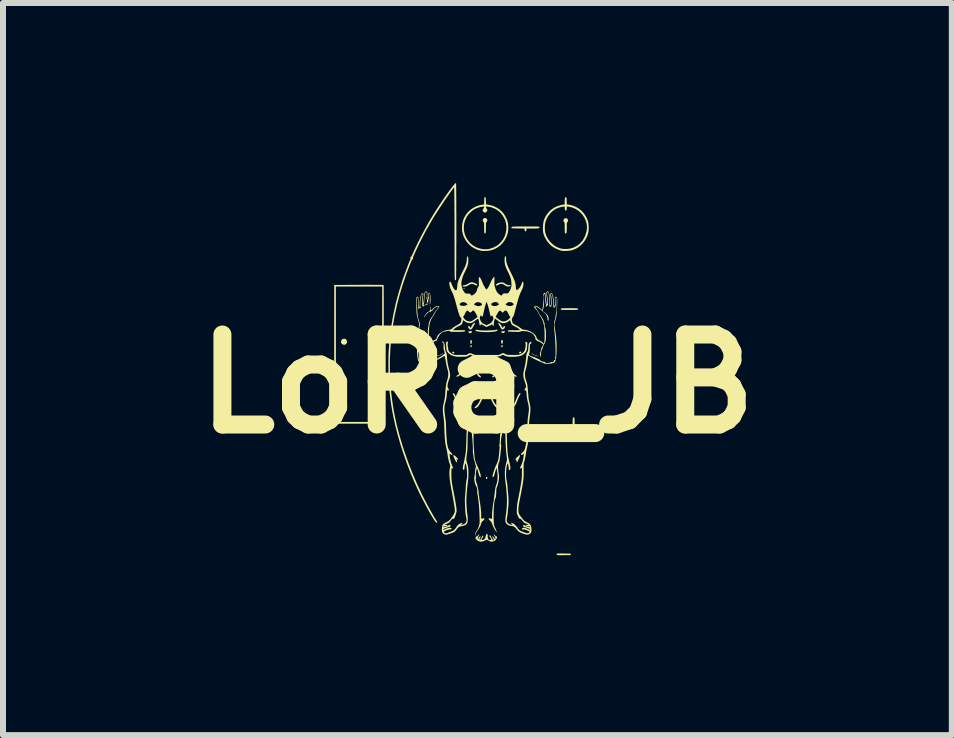
<source format=kicad_pcb>
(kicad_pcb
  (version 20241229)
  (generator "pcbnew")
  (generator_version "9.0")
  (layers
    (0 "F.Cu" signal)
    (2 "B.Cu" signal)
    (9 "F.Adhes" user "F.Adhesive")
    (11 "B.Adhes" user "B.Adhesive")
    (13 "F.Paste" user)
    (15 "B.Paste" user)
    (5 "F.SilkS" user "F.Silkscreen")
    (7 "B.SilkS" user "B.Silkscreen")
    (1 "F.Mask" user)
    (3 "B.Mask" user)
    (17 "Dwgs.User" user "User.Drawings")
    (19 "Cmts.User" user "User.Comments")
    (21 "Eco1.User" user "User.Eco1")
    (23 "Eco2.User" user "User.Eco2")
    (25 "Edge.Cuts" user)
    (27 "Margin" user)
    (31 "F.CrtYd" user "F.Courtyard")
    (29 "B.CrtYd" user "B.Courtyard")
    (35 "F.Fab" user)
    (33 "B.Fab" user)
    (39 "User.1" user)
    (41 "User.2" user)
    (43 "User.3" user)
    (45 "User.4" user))
  (footprint "LoRa_JB"
    (layer "F.Cu")
    (at 4.907 3.347)
    (property "Reference" "LoRa_JB" (at 0 0 0) (layer "F.SilkS") (effects (font (size 1.5 1.5) (thickness 0.3))))
    (attr board_only exclude_from_pos_files exclude_from_bom)
    (fp_poly (pts (xy -0.684 -0.569) (xy -0.686 -0.567) (xy -0.689 -0.569) (xy -0.686 -0.571)) (stroke (width 0) (type solid)) (fill yes) (layer "F.SilkS"))
    (fp_poly (pts (xy -0.02 2.601) (xy -0.022 2.603) (xy -0.024 2.601) (xy -0.022 2.598)) (stroke (width 0) (type solid)) (fill yes) (layer "F.SilkS"))
    (fp_poly (pts (xy 1.26 -1.277) (xy 1.258 -1.275) (xy 1.255 -1.277) (xy 1.258 -1.28)) (stroke (width 0) (type solid)) (fill yes) (layer "F.SilkS"))
    (fp_poly (pts (xy -0.514 -0.54) (xy -0.514 -0.535) (xy -0.514 -0.534) (xy -0.517 -0.535) (xy -0.518 -0.537) (xy -0.516 -0.541)) (stroke (width 0) (type solid)) (fill yes) (layer "F.SilkS"))
    (fp_poly (pts (xy 0.33 2.487) (xy 0.331 2.493) (xy 0.33 2.494) (xy 0.328 2.493) (xy 0.327 2.491) (xy 0.329 2.487)) (stroke (width 0) (type solid)) (fill yes) (layer "F.SilkS"))
    (fp_poly (pts (xy -0.845 -1.344) (xy -0.845 -1.343) (xy -0.849 -1.338) (xy -0.85 -1.338) (xy -0.855 -1.342) (xy -0.855 -1.343) (xy -0.851 -1.348) (xy -0.85 -1.348)) (stroke (width 0) (type solid)) (fill yes) (layer "F.SilkS"))
    (fp_poly (pts (xy -0.218 -1.598) (xy -0.216 -1.59) (xy -0.217 -1.58) (xy -0.222 -1.577) (xy -0.228 -1.581) (xy -0.229 -1.59) (xy -0.226 -1.599) (xy -0.222 -1.602)) (stroke (width 0) (type solid)) (fill yes) (layer "F.SilkS"))
    (fp_poly (pts (xy -0.166 0.034) (xy -0.162 0.043) (xy -0.162 0.048) (xy -0.167 0.059) (xy -0.176 0.063) (xy -0.185 0.06) (xy -0.19 0.055) (xy -0.192 0.045) (xy -0.186 0.037) (xy -0.175 0.031)) (stroke (width 0) (type solid)) (fill yes) (layer "F.SilkS"))
    (fp_poly (pts (xy -0.1 -0.643) (xy -0.094 -0.636) (xy -0.093 -0.626) (xy -0.097 -0.616) (xy -0.106 -0.611) (xy -0.115 -0.614) (xy -0.118 -0.62) (xy -0.118 -0.631) (xy -0.112 -0.64) (xy -0.104 -0.644)) (stroke (width 0) (type solid)) (fill yes) (layer "F.SilkS"))
    (fp_poly (pts (xy 0.494 0.035) (xy 0.501 0.041) (xy 0.502 0.051) (xy 0.5 0.058) (xy 0.49 0.066) (xy 0.481 0.066) (xy 0.474 0.059) (xy 0.471 0.048) (xy 0.474 0.041) (xy 0.484 0.035)) (stroke (width 0) (type solid)) (fill yes) (layer "F.SilkS"))
    (fp_poly (pts (xy 0.163 1.555) (xy 0.166 1.562) (xy 0.164 1.577) (xy 0.158 1.586) (xy 0.15 1.587) (xy 0.145 1.584) (xy 0.142 1.577) (xy 0.142 1.567) (xy 0.143 1.557) (xy 0.149 1.553) (xy 0.154 1.553)) (stroke (width 0) (type solid)) (fill yes) (layer "F.SilkS"))
    (fp_poly (pts (xy 0.413 -0.643) (xy 0.421 -0.636) (xy 0.424 -0.627) (xy 0.422 -0.621) (xy 0.413 -0.613) (xy 0.404 -0.611) (xy 0.399 -0.614) (xy 0.396 -0.622) (xy 0.397 -0.633) (xy 0.401 -0.642) (xy 0.403 -0.643)) (stroke (width 0) (type solid)) (fill yes) (layer "F.SilkS"))
    (fp_poly (pts (xy 0.726 -0.535) (xy 0.731 -0.53) (xy 0.73 -0.52) (xy 0.723 -0.512) (xy 0.713 -0.507) (xy 0.703 -0.507) (xy 0.698 -0.511) (xy 0.695 -0.52) (xy 0.7 -0.53) (xy 0.709 -0.536) (xy 0.716 -0.537)) (stroke (width 0) (type solid)) (fill yes) (layer "F.SilkS"))
    (fp_poly (pts (xy -0.398 -0.535) (xy -0.389 -0.528) (xy -0.384 -0.52) (xy -0.384 -0.515) (xy -0.391 -0.509) (xy -0.402 -0.508) (xy -0.414 -0.512) (xy -0.414 -0.512) (xy -0.419 -0.52) (xy -0.418 -0.529) (xy -0.411 -0.536) (xy -0.409 -0.536)) (stroke (width 0) (type solid)) (fill yes) (layer "F.SilkS"))
    (fp_poly (pts (xy 0.418 -0.729) (xy 0.423 -0.72) (xy 0.424 -0.704) (xy 0.422 -0.687) (xy 0.417 -0.672) (xy 0.411 -0.666) (xy 0.404 -0.668) (xy 0.401 -0.673) (xy 0.397 -0.686) (xy 0.396 -0.702) (xy 0.397 -0.717) (xy 0.401 -0.726) (xy 0.401 -0.727) (xy 0.411 -0.732)) (stroke (width 0) (type solid)) (fill yes) (layer "F.SilkS"))
    (fp_poly (pts (xy -0.092 -0.876) (xy -0.09 -0.873) (xy -0.091 -0.868) (xy -0.091 -0.867) (xy -0.1 -0.851) (xy -0.114 -0.843) (xy -0.132 -0.844) (xy -0.139 -0.848) (xy -0.146 -0.858) (xy -0.15 -0.867) (xy -0.149 -0.873) (xy -0.143 -0.875) (xy -0.13 -0.876) (xy -0.117 -0.877) (xy -0.101 -0.877)) (stroke (width 0) (type solid)) (fill yes) (layer "F.SilkS"))
    (fp_poly (pts (xy -0.105 -0.73) (xy -0.1 -0.727) (xy -0.095 -0.719) (xy -0.093 -0.706) (xy -0.094 -0.69) (xy -0.096 -0.677) (xy -0.1 -0.667) (xy -0.103 -0.665) (xy -0.111 -0.666) (xy -0.114 -0.667) (xy -0.116 -0.674) (xy -0.117 -0.687) (xy -0.117 -0.703) (xy -0.116 -0.717) (xy -0.114 -0.728) (xy -0.112 -0.73)) (stroke (width 0) (type solid)) (fill yes) (layer "F.SilkS"))
    (fp_poly (pts (xy -2.199 -0.747) (xy -2.185 -0.735) (xy -2.176 -0.718) (xy -2.173 -0.702) (xy -2.177 -0.68) (xy -2.188 -0.663) (xy -2.205 -0.653) (xy -2.224 -0.65) (xy -2.245 -0.656) (xy -2.248 -0.657) (xy -2.264 -0.671) (xy -2.272 -0.689) (xy -2.273 -0.708) (xy -2.267 -0.727) (xy -2.256 -0.74) (xy -2.237 -0.75) (xy -2.217 -0.752)) (stroke (width 0) (type solid)) (fill yes) (layer "F.SilkS"))
    (fp_poly (pts (xy 0.453 -0.88) (xy 0.454 -0.87) (xy 0.453 -0.86) (xy 0.449 -0.851) (xy 0.448 -0.851) (xy 0.437 -0.846) (xy 0.422 -0.846) (xy 0.408 -0.852) (xy 0.406 -0.853) (xy 0.397 -0.863) (xy 0.398 -0.872) (xy 0.406 -0.876) (xy 0.42 -0.876) (xy 0.434 -0.875) (xy 0.442 -0.878) (xy 0.442 -0.879) (xy 0.448 -0.884) (xy 0.45 -0.884)) (stroke (width 0) (type solid)) (fill yes) (layer "F.SilkS"))
    (fp_poly (pts (xy 1.617 0.787) (xy 1.618 0.789) (xy 1.621 0.8) (xy 1.621 0.816) (xy 1.621 0.834) (xy 1.62 0.851) (xy 1.618 0.864) (xy 1.616 0.868) (xy 1.605 0.874) (xy 1.596 0.87) (xy 1.592 0.865) (xy 1.589 0.855) (xy 1.588 0.839) (xy 1.587 0.828) (xy 1.588 0.811) (xy 1.59 0.797) (xy 1.592 0.791) (xy 1.6 0.783) (xy 1.61 0.782)) (stroke (width 0) (type solid)) (fill yes) (layer "F.SilkS"))
    (fp_poly (pts (xy 0.914 -0.505) (xy 0.919 -0.502) (xy 0.939 -0.487) (xy 0.965 -0.476) (xy 0.982 -0.471) (xy 0.998 -0.467) (xy 1.01 -0.463) (xy 1.015 -0.461) (xy 1.014 -0.459) (xy 1.005 -0.46) (xy 0.991 -0.463) (xy 0.972 -0.467) (xy 0.972 -0.467) (xy 0.959 -0.472) (xy 0.943 -0.479) (xy 0.927 -0.488) (xy 0.914 -0.497) (xy 0.905 -0.503) (xy 0.903 -0.506) (xy 0.907 -0.508)) (stroke (width 0) (type solid)) (fill yes) (layer "F.SilkS"))
    (fp_poly (pts (xy 1.409 2.828) (xy 1.443 2.829) (xy 1.555 2.83) (xy 1.555 2.842) (xy 1.555 2.855) (xy 1.439 2.856) (xy 1.402 2.856) (xy 1.374 2.856) (xy 1.353 2.856) (xy 1.338 2.855) (xy 1.328 2.854) (xy 1.323 2.852) (xy 1.321 2.85) (xy 1.32 2.85) (xy 1.321 2.84) (xy 1.324 2.835) (xy 1.327 2.832) (xy 1.333 2.831) (xy 1.343 2.829) (xy 1.358 2.829) (xy 1.38 2.828)) (stroke (width 0) (type solid)) (fill yes) (layer "F.SilkS"))
    (fp_poly (pts (xy -0.574 -0.507) (xy -0.582 -0.499) (xy -0.594 -0.49) (xy -0.607 -0.482) (xy -0.62 -0.476) (xy -0.625 -0.474) (xy -0.649 -0.467) (xy -0.669 -0.462) (xy -0.683 -0.457) (xy -0.687 -0.456) (xy -0.693 -0.456) (xy -0.693 -0.458) (xy -0.689 -0.462) (xy -0.676 -0.467) (xy -0.656 -0.472) (xy -0.636 -0.476) (xy -0.623 -0.481) (xy -0.607 -0.49) (xy -0.598 -0.496) (xy -0.585 -0.505) (xy -0.576 -0.511) (xy -0.573 -0.511)) (stroke (width 0) (type solid)) (fill yes) (layer "F.SilkS"))
    (fp_poly (pts (xy -0.756 -0.541) (xy -0.755 -0.531) (xy -0.754 -0.516) (xy -0.755 -0.509) (xy -0.756 -0.491) (xy -0.754 -0.481) (xy -0.752 -0.479) (xy -0.749 -0.472) (xy -0.749 -0.463) (xy -0.75 -0.456) (xy -0.751 -0.458) (xy -0.751 -0.462) (xy -0.753 -0.468) (xy -0.756 -0.465) (xy -0.756 -0.465) (xy -0.758 -0.466) (xy -0.76 -0.475) (xy -0.762 -0.489) (xy -0.763 -0.505) (xy -0.764 -0.521) (xy -0.764 -0.534) (xy -0.763 -0.543) (xy -0.763 -0.544) (xy -0.759 -0.546)) (stroke (width 0) (type solid)) (fill yes) (layer "F.SilkS"))
    (fp_poly (pts (xy 0.71 1.192) (xy 0.709 1.201) (xy 0.705 1.215) (xy 0.697 1.235) (xy 0.685 1.261) (xy 0.669 1.294) (xy 0.663 1.302) (xy 0.655 1.302) (xy 0.652 1.298) (xy 0.65 1.287) (xy 0.65 1.284) (xy 0.65 1.271) (xy 0.645 1.265) (xy 0.643 1.265) (xy 0.635 1.261) (xy 0.633 1.258) (xy 0.635 1.252) (xy 0.643 1.242) (xy 0.655 1.229) (xy 0.669 1.216) (xy 0.683 1.203) (xy 0.695 1.193) (xy 0.704 1.187) (xy 0.707 1.187)) (stroke (width 0) (type solid)) (fill yes) (layer "F.SilkS"))
    (fp_poly (pts (xy 1.609 0.559) (xy 1.61 0.56) (xy 1.614 0.563) (xy 1.616 0.569) (xy 1.618 0.578) (xy 1.619 0.593) (xy 1.62 0.616) (xy 1.62 0.635) (xy 1.621 0.666) (xy 1.62 0.688) (xy 1.618 0.703) (xy 1.615 0.712) (xy 1.61 0.717) (xy 1.604 0.718) (xy 1.597 0.714) (xy 1.592 0.708) (xy 1.59 0.699) (xy 1.588 0.682) (xy 1.587 0.66) (xy 1.587 0.636) (xy 1.588 0.612) (xy 1.589 0.591) (xy 1.591 0.574) (xy 1.594 0.564) (xy 1.594 0.564) (xy 1.601 0.557)) (stroke (width 0) (type solid)) (fill yes) (layer "F.SilkS"))
    (fp_poly (pts (xy -0.389 1.189) (xy -0.377 1.197) (xy -0.36 1.212) (xy -0.357 1.215) (xy -0.34 1.232) (xy -0.329 1.247) (xy -0.323 1.258) (xy -0.322 1.264) (xy -0.328 1.266) (xy -0.341 1.26) (xy -0.341 1.26) (xy -0.346 1.258) (xy -0.348 1.261) (xy -0.346 1.27) (xy -0.344 1.279) (xy -0.34 1.296) (xy -0.341 1.305) (xy -0.345 1.309) (xy -0.347 1.309) (xy -0.353 1.305) (xy -0.353 1.305) (xy -0.362 1.289) (xy -0.373 1.269) (xy -0.382 1.249) (xy -0.391 1.23) (xy -0.397 1.215) (xy -0.4 1.206) (xy -0.4 1.205) (xy -0.399 1.193) (xy -0.396 1.188)) (stroke (width 0) (type solid)) (fill yes) (layer "F.SilkS"))
    (fp_poly (pts (xy 0.364 -1.012) (xy 0.375 -1.002) (xy 0.387 -0.987) (xy 0.397 -0.971) (xy 0.404 -0.958) (xy 0.411 -0.945) (xy 0.417 -0.935) (xy 0.42 -0.933) (xy 0.425 -0.937) (xy 0.432 -0.946) (xy 0.434 -0.95) (xy 0.444 -0.963) (xy 0.452 -0.967) (xy 0.457 -0.962) (xy 0.459 -0.95) (xy 0.455 -0.932) (xy 0.445 -0.917) (xy 0.431 -0.907) (xy 0.415 -0.905) (xy 0.406 -0.907) (xy 0.401 -0.912) (xy 0.393 -0.924) (xy 0.387 -0.934) (xy 0.377 -0.953) (xy 0.366 -0.973) (xy 0.36 -0.981) (xy 0.352 -0.996) (xy 0.349 -1.008) (xy 0.352 -1.015) (xy 0.356 -1.016)) (stroke (width 0) (type solid)) (fill yes) (layer "F.SilkS"))
    (fp_poly (pts (xy -0.087 -0.365) (xy -0.077 -0.357) (xy -0.06 -0.337) (xy -0.043 -0.309) (xy -0.028 -0.274) (xy -0.017 -0.244) (xy -0.007 -0.214) (xy 0.003 -0.191) (xy 0.012 -0.173) (xy 0.023 -0.158) (xy 0.037 -0.144) (xy 0.04 -0.141) (xy 0.055 -0.126) (xy 0.061 -0.115) (xy 0.058 -0.109) (xy 0.05 -0.107) (xy 0.04 -0.11) (xy 0.028 -0.116) (xy 0.026 -0.117) (xy 0.011 -0.131) (xy -0.004 -0.153) (xy -0.019 -0.182) (xy -0.032 -0.217) (xy -0.05 -0.264) (xy -0.068 -0.301) (xy -0.088 -0.329) (xy -0.094 -0.335) (xy -0.106 -0.351) (xy -0.111 -0.363) (xy -0.108 -0.37) (xy -0.1 -0.371)) (stroke (width 0) (type solid)) (fill yes) (layer "F.SilkS"))
    (fp_poly (pts (xy -0.042 -1.012) (xy -0.042 -1.003) (xy -0.047 -0.991) (xy -0.05 -0.986) (xy -0.06 -0.971) (xy -0.07 -0.953) (xy -0.073 -0.947) (xy -0.087 -0.924) (xy -0.1 -0.909) (xy -0.112 -0.904) (xy -0.114 -0.903) (xy -0.123 -0.907) (xy -0.134 -0.915) (xy -0.14 -0.921) (xy -0.152 -0.936) (xy -0.155 -0.948) (xy -0.155 -0.952) (xy -0.151 -0.963) (xy -0.144 -0.966) (xy -0.135 -0.961) (xy -0.126 -0.95) (xy -0.119 -0.94) (xy -0.112 -0.934) (xy -0.111 -0.934) (xy -0.106 -0.94) (xy -0.101 -0.951) (xy -0.099 -0.958) (xy -0.092 -0.973) (xy -0.082 -0.988) (xy -0.07 -1.002) (xy -0.058 -1.012) (xy -0.049 -1.016)) (stroke (width 0) (type solid)) (fill yes) (layer "F.SilkS"))
    (fp_poly (pts (xy 0.418 -0.369) (xy 0.419 -0.363) (xy 0.416 -0.352) (xy 0.403 -0.34) (xy 0.39 -0.326) (xy 0.377 -0.305) (xy 0.363 -0.279) (xy 0.351 -0.249) (xy 0.344 -0.227) (xy 0.333 -0.194) (xy 0.317 -0.163) (xy 0.299 -0.137) (xy 0.287 -0.124) (xy 0.274 -0.114) (xy 0.26 -0.108) (xy 0.25 -0.107) (xy 0.245 -0.112) (xy 0.244 -0.114) (xy 0.248 -0.121) (xy 0.257 -0.131) (xy 0.264 -0.137) (xy 0.279 -0.151) (xy 0.292 -0.168) (xy 0.303 -0.189) (xy 0.315 -0.218) (xy 0.325 -0.247) (xy 0.338 -0.285) (xy 0.351 -0.314) (xy 0.366 -0.338) (xy 0.384 -0.357) (xy 0.388 -0.36) (xy 0.402 -0.371) (xy 0.412 -0.374)) (stroke (width 0) (type solid)) (fill yes) (layer "F.SilkS"))
    (fp_poly (pts (xy 0.121 0.146) (xy 0.126 0.153) (xy 0.126 0.163) (xy 0.119 0.173) (xy 0.115 0.18) (xy 0.107 0.195) (xy 0.098 0.214) (xy 0.088 0.237) (xy 0.085 0.242) (xy 0.066 0.286) (xy 0.047 0.323) (xy 0.029 0.353) (xy 0.013 0.375) (xy 0.007 0.382) (xy -0.006 0.392) (xy -0.02 0.4) (xy -0.033 0.405) (xy -0.043 0.407) (xy -0.046 0.406) (xy -0.047 0.399) (xy -0.043 0.39) (xy -0.031 0.377) (xy -0.017 0.365) (xy -0.002 0.349) (xy 0.014 0.328) (xy 0.029 0.302) (xy 0.046 0.268) (xy 0.065 0.226) (xy 0.073 0.207) (xy 0.082 0.186) (xy 0.091 0.167) (xy 0.098 0.154) (xy 0.102 0.149) (xy 0.113 0.144)) (stroke (width 0) (type solid)) (fill yes) (layer "F.SilkS"))
    (fp_poly (pts (xy 0.203 0.146) (xy 0.209 0.153) (xy 0.217 0.167) (xy 0.226 0.187) (xy 0.234 0.208) (xy 0.251 0.25) (xy 0.267 0.283) (xy 0.281 0.31) (xy 0.295 0.332) (xy 0.311 0.351) (xy 0.325 0.366) (xy 0.339 0.379) (xy 0.35 0.391) (xy 0.356 0.398) (xy 0.357 0.4) (xy 0.353 0.404) (xy 0.343 0.405) (xy 0.331 0.402) (xy 0.325 0.4) (xy 0.306 0.387) (xy 0.288 0.369) (xy 0.271 0.344) (xy 0.253 0.313) (xy 0.234 0.274) (xy 0.22 0.24) (xy 0.21 0.216) (xy 0.201 0.196) (xy 0.194 0.18) (xy 0.188 0.172) (xy 0.188 0.171) (xy 0.181 0.16) (xy 0.184 0.151) (xy 0.19 0.147) (xy 0.197 0.144)) (stroke (width 0) (type solid)) (fill yes) (layer "F.SilkS"))
    (fp_poly (pts (xy 0.436 -1.685) (xy 0.449 -1.678) (xy 0.471 -1.663) (xy 0.488 -1.653) (xy 0.503 -1.648) (xy 0.519 -1.646) (xy 0.526 -1.646) (xy 0.544 -1.644) (xy 0.552 -1.64) (xy 0.551 -1.633) (xy 0.546 -1.627) (xy 0.537 -1.624) (xy 0.523 -1.622) (xy 0.506 -1.622) (xy 0.49 -1.624) (xy 0.481 -1.627) (xy 0.472 -1.633) (xy 0.458 -1.641) (xy 0.446 -1.65) (xy 0.422 -1.662) (xy 0.4 -1.667) (xy 0.376 -1.663) (xy 0.351 -1.651) (xy 0.33 -1.641) (xy 0.317 -1.636) (xy 0.31 -1.638) (xy 0.31 -1.646) (xy 0.31 -1.647) (xy 0.315 -1.658) (xy 0.322 -1.666) (xy 0.334 -1.674) (xy 0.351 -1.68) (xy 0.384 -1.69) (xy 0.412 -1.691)) (stroke (width 0) (type solid)) (fill yes) (layer "F.SilkS"))
    (fp_poly (pts (xy 0.501 -0.366) (xy 0.504 -0.365) (xy 0.523 -0.35) (xy 0.54 -0.325) (xy 0.555 -0.291) (xy 0.568 -0.248) (xy 0.569 -0.247) (xy 0.579 -0.213) (xy 0.589 -0.188) (xy 0.603 -0.169) (xy 0.619 -0.154) (xy 0.63 -0.148) (xy 0.646 -0.137) (xy 0.654 -0.127) (xy 0.654 -0.12) (xy 0.647 -0.117) (xy 0.634 -0.12) (xy 0.623 -0.125) (xy 0.598 -0.14) (xy 0.579 -0.159) (xy 0.564 -0.183) (xy 0.551 -0.213) (xy 0.542 -0.243) (xy 0.533 -0.277) (xy 0.523 -0.302) (xy 0.512 -0.321) (xy 0.499 -0.334) (xy 0.482 -0.344) (xy 0.467 -0.349) (xy 0.461 -0.354) (xy 0.461 -0.362) (xy 0.468 -0.37) (xy 0.472 -0.372) (xy 0.484 -0.372)) (stroke (width 0) (type solid)) (fill yes) (layer "F.SilkS"))
    (fp_poly (pts (xy -0.071 -1.689) (xy -0.052 -1.683) (xy -0.034 -1.675) (xy -0.018 -1.665) (xy -0.007 -1.656) (xy -0.002 -1.647) (xy -0.004 -1.64) (xy -0.009 -1.638) (xy -0.018 -1.639) (xy -0.032 -1.645) (xy -0.042 -1.65) (xy -0.071 -1.662) (xy -0.096 -1.665) (xy -0.12 -1.659) (xy -0.142 -1.648) (xy -0.164 -1.634) (xy -0.182 -1.626) (xy -0.2 -1.622) (xy -0.218 -1.621) (xy -0.233 -1.622) (xy -0.241 -1.623) (xy -0.244 -1.627) (xy -0.243 -1.632) (xy -0.241 -1.64) (xy -0.233 -1.643) (xy -0.222 -1.644) (xy -0.208 -1.645) (xy -0.194 -1.649) (xy -0.179 -1.655) (xy -0.16 -1.666) (xy -0.149 -1.672) (xy -0.132 -1.682) (xy -0.116 -1.689) (xy -0.105 -1.692) (xy -0.09 -1.693)) (stroke (width 0) (type solid)) (fill yes) (layer "F.SilkS"))
    (fp_poly (pts (xy 0.335 -0.901) (xy 0.333 -0.891) (xy 0.33 -0.887) (xy 0.321 -0.88) (xy 0.303 -0.874) (xy 0.279 -0.869) (xy 0.248 -0.866) (xy 0.214 -0.863) (xy 0.176 -0.861) (xy 0.137 -0.861) (xy 0.098 -0.863) (xy 0.061 -0.865) (xy 0.028 -0.869) (xy 0.000113 -0.874) (xy -0.019 -0.878) (xy -0.03 -0.883) (xy -0.033 -0.889) (xy -0.03 -0.895) (xy -0.029 -0.896) (xy -0.024 -0.9) (xy -0.017 -0.901) (xy -0.007 -0.9) (xy 0.011 -0.897) (xy 0.014 -0.896) (xy 0.036 -0.893) (xy 0.065 -0.89) (xy 0.098 -0.889) (xy 0.133 -0.888) (xy 0.17 -0.889) (xy 0.207 -0.89) (xy 0.242 -0.892) (xy 0.273 -0.894) (xy 0.298 -0.897) (xy 0.316 -0.901) (xy 0.323 -0.904) (xy 0.332 -0.906)) (stroke (width 0) (type solid)) (fill yes) (layer "F.SilkS"))
    (fp_poly (pts (xy 0.718 0.162) (xy 0.715 0.175) (xy 0.704 0.193) (xy 0.704 0.193) (xy 0.697 0.206) (xy 0.687 0.224) (xy 0.677 0.247) (xy 0.669 0.269) (xy 0.658 0.298) (xy 0.649 0.319) (xy 0.642 0.336) (xy 0.635 0.348) (xy 0.628 0.359) (xy 0.619 0.369) (xy 0.614 0.374) (xy 0.589 0.398) (xy 0.564 0.412) (xy 0.548 0.417) (xy 0.537 0.419) (xy 0.533 0.416) (xy 0.532 0.411) (xy 0.536 0.402) (xy 0.549 0.392) (xy 0.553 0.39) (xy 0.573 0.379) (xy 0.589 0.366) (xy 0.603 0.349) (xy 0.616 0.328) (xy 0.63 0.3) (xy 0.642 0.269) (xy 0.657 0.233) (xy 0.671 0.203) (xy 0.684 0.179) (xy 0.696 0.162) (xy 0.706 0.154) (xy 0.713 0.154)) (stroke (width 0) (type solid)) (fill yes) (layer "F.SilkS"))
    (fp_poly (pts (xy 1.574 -1.26) (xy 1.606 -1.26) (xy 1.631 -1.259) (xy 1.649 -1.258) (xy 1.661 -1.257) (xy 1.669 -1.256) (xy 1.674 -1.254) (xy 1.675 -1.253) (xy 1.679 -1.245) (xy 1.675 -1.238) (xy 1.672 -1.236) (xy 1.666 -1.234) (xy 1.656 -1.233) (xy 1.641 -1.232) (xy 1.621 -1.231) (xy 1.593 -1.231) (xy 1.557 -1.231) (xy 1.533 -1.231) (xy 1.493 -1.231) (xy 1.46 -1.231) (xy 1.436 -1.231) (xy 1.418 -1.232) (xy 1.406 -1.233) (xy 1.398 -1.235) (xy 1.393 -1.237) (xy 1.392 -1.238) (xy 1.388 -1.246) (xy 1.392 -1.253) (xy 1.395 -1.255) (xy 1.401 -1.257) (xy 1.411 -1.258) (xy 1.426 -1.259) (xy 1.446 -1.259) (xy 1.474 -1.26) (xy 1.51 -1.26) (xy 1.533 -1.26)) (stroke (width 0) (type solid)) (fill yes) (layer "F.SilkS"))
    (fp_poly (pts (xy -0.155 -0.374) (xy -0.151 -0.368) (xy -0.154 -0.36) (xy -0.166 -0.351) (xy -0.175 -0.346) (xy -0.193 -0.334) (xy -0.208 -0.318) (xy -0.22 -0.296) (xy -0.23 -0.267) (xy -0.239 -0.236) (xy -0.246 -0.213) (xy -0.252 -0.196) (xy -0.257 -0.183) (xy -0.263 -0.174) (xy -0.269 -0.165) (xy -0.274 -0.159) (xy -0.287 -0.147) (xy -0.304 -0.134) (xy -0.321 -0.124) (xy -0.335 -0.118) (xy -0.341 -0.117) (xy -0.347 -0.121) (xy -0.349 -0.125) (xy -0.347 -0.133) (xy -0.336 -0.141) (xy -0.313 -0.155) (xy -0.295 -0.172) (xy -0.281 -0.193) (xy -0.269 -0.22) (xy -0.26 -0.254) (xy -0.259 -0.257) (xy -0.247 -0.296) (xy -0.233 -0.327) (xy -0.215 -0.352) (xy -0.196 -0.368) (xy -0.174 -0.376) (xy -0.168 -0.376)) (stroke (width 0) (type solid)) (fill yes) (layer "F.SilkS"))
    (fp_poly (pts (xy 0.508 0.487) (xy 0.516 0.492) (xy 0.516 0.5) (xy 0.509 0.513) (xy 0.499 0.525) (xy 0.491 0.536) (xy 0.48 0.554) (xy 0.466 0.577) (xy 0.451 0.604) (xy 0.436 0.634) (xy 0.432 0.641) (xy 0.417 0.67) (xy 0.403 0.698) (xy 0.39 0.722) (xy 0.379 0.741) (xy 0.371 0.754) (xy 0.37 0.756) (xy 0.36 0.769) (xy 0.351 0.776) (xy 0.344 0.776) (xy 0.342 0.769) (xy 0.344 0.763) (xy 0.35 0.749) (xy 0.359 0.73) (xy 0.371 0.706) (xy 0.384 0.679) (xy 0.399 0.651) (xy 0.413 0.622) (xy 0.428 0.595) (xy 0.441 0.571) (xy 0.452 0.551) (xy 0.46 0.536) (xy 0.462 0.534) (xy 0.477 0.511) (xy 0.488 0.497) (xy 0.497 0.489) (xy 0.505 0.487)) (stroke (width 0) (type solid)) (fill yes) (layer "F.SilkS"))
    (fp_poly (pts (xy -0.192 0.486) (xy -0.192 0.486) (xy -0.182 0.495) (xy -0.169 0.513) (xy -0.152 0.538) (xy -0.133 0.571) (xy -0.111 0.61) (xy -0.09 0.652) (xy -0.075 0.68) (xy -0.062 0.706) (xy -0.05 0.729) (xy -0.04 0.746) (xy -0.035 0.756) (xy -0.034 0.757) (xy -0.028 0.768) (xy -0.029 0.775) (xy -0.03 0.776) (xy -0.037 0.78) (xy -0.043 0.78) (xy -0.05 0.772) (xy -0.059 0.761) (xy -0.066 0.75) (xy -0.076 0.732) (xy -0.089 0.709) (xy -0.103 0.682) (xy -0.118 0.653) (xy -0.122 0.644) (xy -0.145 0.601) (xy -0.164 0.567) (xy -0.18 0.541) (xy -0.192 0.524) (xy -0.193 0.524) (xy -0.204 0.511) (xy -0.21 0.502) (xy -0.211 0.496) (xy -0.208 0.49) (xy -0.208 0.49) (xy -0.201 0.484)) (stroke (width 0) (type solid)) (fill yes) (layer "F.SilkS"))
    (fp_poly (pts (xy -0.393 0.159) (xy -0.384 0.167) (xy -0.375 0.183) (xy -0.364 0.205) (xy -0.351 0.236) (xy -0.339 0.264) (xy -0.326 0.297) (xy -0.315 0.323) (xy -0.306 0.342) (xy -0.297 0.356) (xy -0.287 0.367) (xy -0.276 0.375) (xy -0.262 0.383) (xy -0.257 0.385) (xy -0.238 0.394) (xy -0.229 0.402) (xy -0.225 0.408) (xy -0.226 0.409) (xy -0.23 0.416) (xy -0.238 0.418) (xy -0.253 0.414) (xy -0.269 0.407) (xy -0.286 0.399) (xy -0.3 0.39) (xy -0.312 0.379) (xy -0.322 0.365) (xy -0.333 0.346) (xy -0.343 0.321) (xy -0.356 0.289) (xy -0.362 0.274) (xy -0.371 0.248) (xy -0.381 0.225) (xy -0.39 0.206) (xy -0.397 0.193) (xy -0.399 0.19) (xy -0.407 0.177) (xy -0.41 0.165) (xy -0.407 0.158) (xy -0.401 0.156)) (stroke (width 0) (type solid)) (fill yes) (layer "F.SilkS"))
    (fp_poly (pts (xy 1.49 -2.757) (xy 1.503 -2.746) (xy 1.51 -2.731) (xy 1.511 -2.715) (xy 1.503 -2.698) (xy 1.5 -2.694) (xy 1.496 -2.69) (xy 1.493 -2.684) (xy 1.491 -2.676) (xy 1.49 -2.664) (xy 1.49 -2.646) (xy 1.49 -2.621) (xy 1.49 -2.604) (xy 1.489 -2.575) (xy 1.488 -2.549) (xy 1.487 -2.53) (xy 1.485 -2.518) (xy 1.484 -2.515) (xy 1.477 -2.507) (xy 1.467 -2.506) (xy 1.459 -2.511) (xy 1.458 -2.513) (xy 1.457 -2.52) (xy 1.456 -2.536) (xy 1.456 -2.557) (xy 1.455 -2.583) (xy 1.455 -2.602) (xy 1.455 -2.632) (xy 1.455 -2.654) (xy 1.454 -2.669) (xy 1.453 -2.679) (xy 1.451 -2.686) (xy 1.447 -2.691) (xy 1.445 -2.694) (xy 1.435 -2.71) (xy 1.434 -2.727) (xy 1.44 -2.743) (xy 1.451 -2.755) (xy 1.468 -2.761) (xy 1.472 -2.761)) (stroke (width 0) (type solid)) (fill yes) (layer "F.SilkS"))
    (fp_poly (pts (xy 0.144 -2.76) (xy 0.157 -2.749) (xy 0.164 -2.734) (xy 0.165 -2.718) (xy 0.157 -2.702) (xy 0.154 -2.698) (xy 0.149 -2.693) (xy 0.146 -2.688) (xy 0.144 -2.681) (xy 0.143 -2.671) (xy 0.142 -2.656) (xy 0.142 -2.635) (xy 0.142 -2.605) (xy 0.142 -2.601) (xy 0.141 -2.567) (xy 0.141 -2.542) (xy 0.139 -2.524) (xy 0.136 -2.513) (xy 0.132 -2.507) (xy 0.127 -2.506) (xy 0.119 -2.508) (xy 0.118 -2.509) (xy 0.116 -2.512) (xy 0.114 -2.522) (xy 0.113 -2.538) (xy 0.113 -2.561) (xy 0.112 -2.594) (xy 0.112 -2.598) (xy 0.112 -2.629) (xy 0.112 -2.652) (xy 0.111 -2.669) (xy 0.11 -2.68) (xy 0.108 -2.687) (xy 0.105 -2.692) (xy 0.101 -2.697) (xy 0.1 -2.698) (xy 0.091 -2.713) (xy 0.089 -2.73) (xy 0.094 -2.745) (xy 0.105 -2.758) (xy 0.122 -2.764) (xy 0.127 -2.764)) (stroke (width 0) (type solid)) (fill yes) (layer "F.SilkS"))
    (fp_poly (pts (xy 0.863 -2.623) (xy 0.906 -2.622) (xy 0.941 -2.622) (xy 0.968 -2.622) (xy 0.99 -2.622) (xy 1.006 -2.621) (xy 1.017 -2.62) (xy 1.024 -2.619) (xy 1.029 -2.618) (xy 1.031 -2.616) (xy 1.033 -2.614) (xy 1.033 -2.613) (xy 1.035 -2.605) (xy 1.034 -2.599) (xy 1.03 -2.595) (xy 1.021 -2.592) (xy 1.006 -2.59) (xy 0.985 -2.589) (xy 0.956 -2.588) (xy 0.92 -2.588) (xy 0.815 -2.588) (xy 0.818 -2.576) (xy 0.818 -2.56) (xy 0.814 -2.552) (xy 0.806 -2.542) (xy 0.799 -2.54) (xy 0.792 -2.545) (xy 0.788 -2.554) (xy 0.786 -2.567) (xy 0.786 -2.57) (xy 0.786 -2.588) (xy 0.678 -2.589) (xy 0.642 -2.59) (xy 0.616 -2.59) (xy 0.596 -2.591) (xy 0.583 -2.592) (xy 0.575 -2.593) (xy 0.57 -2.595) (xy 0.568 -2.598) (xy 0.567 -2.601) (xy 0.567 -2.602) (xy 0.569 -2.611) (xy 0.579 -2.618) (xy 0.579 -2.618) (xy 0.587 -2.619) (xy 0.604 -2.62) (xy 0.63 -2.621) (xy 0.664 -2.622) (xy 0.705 -2.622) (xy 0.752 -2.622) (xy 0.806 -2.623) (xy 0.811 -2.623)) (stroke (width 0) (type solid)) (fill yes) (layer "F.SilkS"))
    (fp_poly (pts (xy -1.782 -1.65) (xy -1.729 -1.649) (xy -1.682 -1.649) (xy -1.642 -1.649) (xy -1.61 -1.648) (xy -1.585 -1.648) (xy -1.57 -1.647) (xy -1.563 -1.646) (xy -1.563 -1.646) (xy -1.563 -1.641) (xy -1.563 -1.626) (xy -1.562 -1.603) (xy -1.562 -1.572) (xy -1.562 -1.533) (xy -1.562 -1.486) (xy -1.561 -1.433) (xy -1.561 -1.374) (xy -1.561 -1.309) (xy -1.561 -1.24) (xy -1.561 -1.165) (xy -1.561 -1.087) (xy -1.561 -1.005) (xy -1.561 -0.92) (xy -1.561 -0.833) (xy -1.561 -0.744) (xy -1.561 -0.653) (xy -1.561 -0.562) (xy -1.561 -0.47) (xy -1.561 -0.378) (xy -1.561 -0.287) (xy -1.561 -0.197) (xy -1.562 -0.108) (xy -1.562 -0.022) (xy -1.562 0.061) (xy -1.562 0.141) (xy -1.562 0.218) (xy -1.562 0.29) (xy -1.563 0.357) (xy -1.563 0.419) (xy -1.563 0.474) (xy -1.563 0.524) (xy -1.564 0.567) (xy -1.564 0.602) (xy -1.564 0.629) (xy -1.565 0.648) (xy -1.565 0.658) (xy -1.565 0.659) (xy -1.569 0.66) (xy -1.581 0.661) (xy -1.601 0.662) (xy -1.629 0.662) (xy -1.665 0.663) (xy -1.71 0.663) (xy -1.764 0.664) (xy -1.826 0.664) (xy -1.898 0.664) (xy -1.976 0.664) (xy -2.383 0.664) (xy -2.386 0.653) (xy -2.386 0.647) (xy -2.386 0.632) (xy -2.386 0.608) (xy -2.387 0.576) (xy -2.387 0.535) (xy -2.387 0.487) (xy -2.387 0.431) (xy -2.387 0.369) (xy -2.387 0.301) (xy -2.387 0.227) (xy -2.387 0.147) (xy -2.387 0.062) (xy -2.387 -0.027) (xy -2.387 -0.121) (xy -2.387 -0.218) (xy -2.387 -0.318) (xy -2.387 -0.421) (xy -2.387 -0.493) (xy -2.359 -0.493) (xy -2.359 0.635) (xy -1.973 0.635) (xy -1.587 0.635) (xy -1.587 -0.493) (xy -1.587 -1.621) (xy -1.973 -1.621) (xy -2.359 -1.621) (xy -2.359 -0.493) (xy -2.387 -0.493) (xy -2.387 -0.503) (xy -2.386 -1.648) (xy -1.976 -1.649) (xy -1.906 -1.65) (xy -1.841 -1.65)) (stroke (width 0) (type solid)) (fill yes) (layer "F.SilkS"))
    (fp_poly (pts (xy 1.478 -3.108) (xy 1.482 -3.104) (xy 1.485 -3.098) (xy 1.487 -3.087) (xy 1.488 -3.069) (xy 1.488 -3.046) (xy 1.49 -2.99) (xy 1.529 -2.985) (xy 1.588 -2.971) (xy 1.644 -2.948) (xy 1.695 -2.917) (xy 1.741 -2.879) (xy 1.78 -2.833) (xy 1.813 -2.781) (xy 1.818 -2.771) (xy 1.832 -2.742) (xy 1.841 -2.716) (xy 1.848 -2.69) (xy 1.852 -2.661) (xy 1.854 -2.625) (xy 1.854 -2.62) (xy 1.855 -2.576) (xy 1.851 -2.537) (xy 1.843 -2.5) (xy 1.83 -2.463) (xy 1.811 -2.423) (xy 1.78 -2.371) (xy 1.741 -2.325) (xy 1.696 -2.286) (xy 1.646 -2.254) (xy 1.59 -2.231) (xy 1.57 -2.225) (xy 1.55 -2.221) (xy 1.524 -2.218) (xy 1.494 -2.215) (xy 1.464 -2.214) (xy 1.437 -2.214) (xy 1.415 -2.216) (xy 1.407 -2.217) (xy 1.347 -2.235) (xy 1.291 -2.261) (xy 1.24 -2.294) (xy 1.196 -2.335) (xy 1.158 -2.382) (xy 1.13 -2.43) (xy 1.115 -2.462) (xy 1.104 -2.491) (xy 1.097 -2.519) (xy 1.093 -2.55) (xy 1.092 -2.581) (xy 1.124 -2.581) (xy 1.127 -2.544) (xy 1.131 -2.52) (xy 1.147 -2.471) (xy 1.171 -2.423) (xy 1.202 -2.379) (xy 1.239 -2.34) (xy 1.28 -2.306) (xy 1.325 -2.279) (xy 1.372 -2.26) (xy 1.393 -2.254) (xy 1.428 -2.249) (xy 1.468 -2.247) (xy 1.508 -2.249) (xy 1.545 -2.254) (xy 1.547 -2.254) (xy 1.595 -2.268) (xy 1.642 -2.29) (xy 1.685 -2.318) (xy 1.723 -2.352) (xy 1.754 -2.389) (xy 1.781 -2.435) (xy 1.802 -2.484) (xy 1.817 -2.535) (xy 1.825 -2.584) (xy 1.826 -2.609) (xy 1.822 -2.662) (xy 1.808 -2.714) (xy 1.786 -2.764) (xy 1.757 -2.81) (xy 1.722 -2.851) (xy 1.68 -2.887) (xy 1.633 -2.916) (xy 1.583 -2.937) (xy 1.581 -2.938) (xy 1.559 -2.944) (xy 1.536 -2.949) (xy 1.517 -2.953) (xy 1.516 -2.953) (xy 1.49 -2.956) (xy 1.49 -2.927) (xy 1.488 -2.905) (xy 1.483 -2.892) (xy 1.476 -2.887) (xy 1.466 -2.891) (xy 1.463 -2.894) (xy 1.457 -2.906) (xy 1.455 -2.927) (xy 1.455 -2.928) (xy 1.455 -2.943) (xy 1.453 -2.951) (xy 1.449 -2.954) (xy 1.443 -2.955) (xy 1.427 -2.953) (xy 1.406 -2.949) (xy 1.381 -2.943) (xy 1.356 -2.936) (xy 1.335 -2.928) (xy 1.334 -2.928) (xy 1.29 -2.906) (xy 1.248 -2.875) (xy 1.211 -2.838) (xy 1.179 -2.795) (xy 1.153 -2.749) (xy 1.135 -2.7) (xy 1.133 -2.693) (xy 1.127 -2.66) (xy 1.124 -2.621) (xy 1.124 -2.581) (xy 1.092 -2.581) (xy 1.092 -2.585) (xy 1.092 -2.603) (xy 1.095 -2.66) (xy 1.104 -2.712) (xy 1.121 -2.759) (xy 1.144 -2.803) (xy 1.177 -2.848) (xy 1.187 -2.86) (xy 1.229 -2.901) (xy 1.277 -2.935) (xy 1.331 -2.961) (xy 1.391 -2.979) (xy 1.419 -2.985) (xy 1.455 -2.991) (xy 1.455 -3.043) (xy 1.456 -3.073) (xy 1.459 -3.094) (xy 1.463 -3.106) (xy 1.47 -3.111)) (stroke (width 0) (type solid)) (fill yes) (layer "F.SilkS"))
    (fp_poly (pts (xy 0.131 -3.11) (xy 0.136 -3.106) (xy 0.139 -3.096) (xy 0.141 -3.08) (xy 0.141 -3.056) (xy 0.142 -3.044) (xy 0.142 -3.02) (xy 0.142 -3.004) (xy 0.143 -2.995) (xy 0.146 -2.99) (xy 0.149 -2.989) (xy 0.153 -2.989) (xy 0.162 -2.988) (xy 0.178 -2.985) (xy 0.199 -2.981) (xy 0.21 -2.979) (xy 0.267 -2.963) (xy 0.321 -2.937) (xy 0.37 -2.904) (xy 0.414 -2.864) (xy 0.429 -2.847) (xy 0.45 -2.817) (xy 0.47 -2.782) (xy 0.488 -2.745) (xy 0.502 -2.709) (xy 0.506 -2.693) (xy 0.512 -2.661) (xy 0.514 -2.622) (xy 0.514 -2.582) (xy 0.511 -2.543) (xy 0.505 -2.509) (xy 0.504 -2.505) (xy 0.483 -2.446) (xy 0.455 -2.393) (xy 0.419 -2.344) (xy 0.377 -2.303) (xy 0.328 -2.268) (xy 0.275 -2.241) (xy 0.234 -2.227) (xy 0.205 -2.221) (xy 0.17 -2.216) (xy 0.133 -2.214) (xy 0.097 -2.214) (xy 0.066 -2.217) (xy 0.05 -2.22) (xy -0.01 -2.238) (xy -0.064 -2.265) (xy -0.114 -2.299) (xy -0.157 -2.341) (xy -0.194 -2.389) (xy -0.223 -2.442) (xy -0.24 -2.485) (xy -0.254 -2.544) (xy -0.258 -2.602) (xy -0.257 -2.618) (xy -0.227 -2.618) (xy -0.225 -2.561) (xy -0.214 -2.505) (xy -0.194 -2.451) (xy -0.165 -2.399) (xy -0.159 -2.391) (xy -0.122 -2.347) (xy -0.079 -2.31) (xy -0.031 -2.281) (xy 0.021 -2.26) (xy 0.076 -2.247) (xy 0.133 -2.242) (xy 0.19 -2.247) (xy 0.199 -2.249) (xy 0.233 -2.259) (xy 0.27 -2.273) (xy 0.307 -2.292) (xy 0.341 -2.313) (xy 0.354 -2.323) (xy 0.394 -2.362) (xy 0.427 -2.406) (xy 0.453 -2.455) (xy 0.471 -2.507) (xy 0.481 -2.562) (xy 0.484 -2.617) (xy 0.477 -2.672) (xy 0.463 -2.726) (xy 0.449 -2.757) (xy 0.421 -2.805) (xy 0.385 -2.849) (xy 0.343 -2.886) (xy 0.296 -2.916) (xy 0.246 -2.937) (xy 0.211 -2.947) (xy 0.182 -2.952) (xy 0.162 -2.955) (xy 0.149 -2.954) (xy 0.143 -2.949) (xy 0.142 -2.944) (xy 0.145 -2.934) (xy 0.152 -2.922) (xy 0.154 -2.92) (xy 0.164 -2.902) (xy 0.164 -2.886) (xy 0.155 -2.87) (xy 0.152 -2.866) (xy 0.139 -2.856) (xy 0.126 -2.853) (xy 0.112 -2.857) (xy 0.108 -2.859) (xy 0.094 -2.871) (xy 0.088 -2.887) (xy 0.089 -2.904) (xy 0.099 -2.92) (xy 0.1 -2.92) (xy 0.109 -2.932) (xy 0.112 -2.944) (xy 0.112 -2.944) (xy 0.112 -2.951) (xy 0.109 -2.954) (xy 0.101 -2.955) (xy 0.086 -2.953) (xy 0.084 -2.953) (xy 0.05 -2.947) (xy 0.013 -2.936) (xy -0.024 -2.922) (xy -0.054 -2.907) (xy -0.079 -2.89) (xy -0.106 -2.867) (xy -0.133 -2.841) (xy -0.157 -2.814) (xy -0.175 -2.789) (xy -0.177 -2.785) (xy -0.203 -2.731) (xy -0.22 -2.675) (xy -0.227 -2.618) (xy -0.257 -2.618) (xy -0.254 -2.659) (xy -0.242 -2.713) (xy -0.222 -2.765) (xy -0.195 -2.814) (xy -0.161 -2.858) (xy -0.12 -2.897) (xy -0.074 -2.93) (xy -0.023 -2.957) (xy 0.034 -2.976) (xy 0.087 -2.986) (xy 0.112 -2.99) (xy 0.113 -3.049) (xy 0.114 -3.074) (xy 0.115 -3.091) (xy 0.117 -3.102) (xy 0.119 -3.107) (xy 0.122 -3.11) (xy 0.124 -3.11)) (stroke (width 0) (type solid)) (fill yes) (layer "F.SilkS"))
    (fp_poly (pts (xy -0.492 -0.702) (xy -0.492 -0.694) (xy -0.494 -0.682) (xy -0.496 -0.666) (xy -0.497 -0.647) (xy -0.495 -0.63) (xy -0.493 -0.615) (xy -0.49 -0.607) (xy -0.488 -0.606) (xy -0.486 -0.601) (xy -0.486 -0.591) (xy -0.487 -0.589) (xy -0.486 -0.568) (xy -0.476 -0.546) (xy -0.458 -0.525) (xy -0.433 -0.506) (xy -0.413 -0.495) (xy -0.403 -0.49) (xy -0.394 -0.487) (xy -0.384 -0.484) (xy -0.373 -0.483) (xy -0.358 -0.482) (xy -0.338 -0.481) (xy -0.31 -0.481) (xy -0.283 -0.481) (xy -0.182 -0.481) (xy -0.156 -0.497) (xy -0.142 -0.506) (xy -0.129 -0.51) (xy -0.117 -0.511) (xy -0.102 -0.507) (xy -0.082 -0.499) (xy -0.073 -0.495) (xy -0.042 -0.482) (xy 0.159 -0.481) (xy 0.359 -0.481) (xy 0.389 -0.497) (xy 0.413 -0.508) (xy 0.431 -0.512) (xy 0.444 -0.51) (xy 0.449 -0.506) (xy 0.457 -0.5) (xy 0.47 -0.493) (xy 0.478 -0.49) (xy 0.487 -0.487) (xy 0.498 -0.484) (xy 0.512 -0.483) (xy 0.531 -0.482) (xy 0.556 -0.481) (xy 0.589 -0.481) (xy 0.596 -0.481) (xy 0.629 -0.481) (xy 0.654 -0.482) (xy 0.672 -0.482) (xy 0.686 -0.484) (xy 0.696 -0.486) (xy 0.706 -0.489) (xy 0.715 -0.493) (xy 0.718 -0.494) (xy 0.747 -0.509) (xy 0.768 -0.527) (xy 0.783 -0.548) (xy 0.794 -0.574) (xy 0.8 -0.608) (xy 0.801 -0.615) (xy 0.804 -0.64) (xy 0.804 -0.659) (xy 0.803 -0.675) (xy 0.799 -0.691) (xy 0.798 -0.694) (xy 0.797 -0.699) (xy 0.801 -0.7) (xy 0.81 -0.697) (xy 0.815 -0.695) (xy 0.827 -0.689) (xy 0.832 -0.684) (xy 0.833 -0.675) (xy 0.832 -0.672) (xy 0.831 -0.66) (xy 0.83 -0.642) (xy 0.828 -0.621) (xy 0.828 -0.616) (xy 0.825 -0.586) (xy 0.821 -0.562) (xy 0.814 -0.543) (xy 0.803 -0.526) (xy 0.788 -0.509) (xy 0.786 -0.507) (xy 0.764 -0.488) (xy 0.739 -0.473) (xy 0.711 -0.463) (xy 0.676 -0.456) (xy 0.658 -0.454) (xy 0.6 -0.45) (xy 0.548 -0.45) (xy 0.504 -0.454) (xy 0.468 -0.463) (xy 0.439 -0.476) (xy 0.433 -0.48) (xy 0.427 -0.483) (xy 0.419 -0.481) (xy 0.406 -0.476) (xy 0.402 -0.473) (xy 0.39 -0.467) (xy 0.377 -0.462) (xy 0.363 -0.458) (xy 0.346 -0.455) (xy 0.325 -0.453) (xy 0.299 -0.451) (xy 0.267 -0.45) (xy 0.228 -0.45) (xy 0.18 -0.449) (xy 0.159 -0.449) (xy 0.107 -0.45) (xy 0.063 -0.45) (xy 0.027 -0.451) (xy -0.002 -0.452) (xy -0.025 -0.454) (xy -0.045 -0.456) (xy -0.06 -0.46) (xy -0.073 -0.464) (xy -0.085 -0.469) (xy -0.091 -0.472) (xy -0.116 -0.485) (xy -0.149 -0.469) (xy -0.161 -0.463) (xy -0.172 -0.458) (xy -0.182 -0.455) (xy -0.195 -0.453) (xy -0.212 -0.452) (xy -0.235 -0.452) (xy -0.255 -0.451) (xy -0.284 -0.451) (xy -0.311 -0.451) (xy -0.335 -0.452) (xy -0.353 -0.453) (xy -0.357 -0.454) (xy -0.404 -0.464) (xy -0.444 -0.481) (xy -0.477 -0.505) (xy -0.5 -0.531) (xy -0.506 -0.54) (xy -0.51 -0.549) (xy -0.513 -0.56) (xy -0.516 -0.574) (xy -0.518 -0.595) (xy -0.52 -0.619) (xy -0.522 -0.648) (xy -0.523 -0.67) (xy -0.522 -0.684) (xy -0.519 -0.694) (xy -0.513 -0.7) (xy -0.504 -0.703) (xy -0.5 -0.704) (xy -0.494 -0.705)) (stroke (width 0) (type solid)) (fill yes) (layer "F.SilkS"))
    (fp_poly (pts (xy -0.641 -1.294) (xy -0.635 -1.284) (xy -0.635 -1.279) (xy -0.638 -1.273) (xy -0.646 -1.263) (xy -0.659 -1.249) (xy -0.663 -1.244) (xy -0.687 -1.215) (xy -0.705 -1.185) (xy -0.707 -1.18) (xy -0.719 -1.158) (xy -0.733 -1.134) (xy -0.745 -1.115) (xy -0.761 -1.091) (xy -0.773 -1.07) (xy -0.782 -1.047) (xy -0.79 -1.02) (xy -0.796 -0.994) (xy -0.801 -0.965) (xy -0.805 -0.932) (xy -0.808 -0.894) (xy -0.809 -0.855) (xy -0.81 -0.816) (xy -0.81 -0.777) (xy -0.808 -0.742) (xy -0.806 -0.711) (xy -0.802 -0.686) (xy -0.798 -0.669) (xy -0.796 -0.665) (xy -0.792 -0.656) (xy -0.786 -0.642) (xy -0.781 -0.628) (xy -0.774 -0.612) (xy -0.769 -0.599) (xy -0.767 -0.593) (xy -0.764 -0.584) (xy -0.763 -0.571) (xy -0.763 -0.559) (xy -0.765 -0.551) (xy -0.766 -0.55) (xy -0.77 -0.552) (xy -0.774 -0.561) (xy -0.774 -0.561) (xy -0.776 -0.572) (xy -0.776 -0.577) (xy -0.776 -0.577) (xy -0.777 -0.582) (xy -0.783 -0.591) (xy -0.783 -0.591) (xy -0.789 -0.603) (xy -0.791 -0.612) (xy -0.794 -0.62) (xy -0.8 -0.632) (xy -0.8 -0.632) (xy -0.796 -0.632) (xy -0.794 -0.63) (xy -0.791 -0.632) (xy -0.794 -0.635) (xy -0.796 -0.632) (xy -0.8 -0.632) (xy -0.808 -0.645) (xy -0.816 -0.656) (xy -0.823 -0.663) (xy -0.825 -0.664) (xy -0.826 -0.669) (xy -0.827 -0.682) (xy -0.827 -0.701) (xy -0.827 -0.726) (xy -0.827 -0.755) (xy -0.827 -0.785) (xy -0.827 -0.817) (xy -0.826 -0.847) (xy -0.826 -0.875) (xy -0.825 -0.899) (xy -0.824 -0.918) (xy -0.823 -0.93) (xy -0.823 -0.933) (xy -0.82 -0.941) (xy -0.817 -0.955) (xy -0.815 -0.969) (xy -0.809 -1.009) (xy -0.8 -1.041) (xy -0.788 -1.07) (xy -0.773 -1.096) (xy -0.751 -1.124) (xy -0.741 -1.136) (xy -0.734 -1.147) (xy -0.733 -1.151) (xy -0.73 -1.159) (xy -0.726 -1.168) (xy -0.72 -1.178) (xy -0.711 -1.192) (xy -0.7 -1.209) (xy -0.688 -1.224) (xy -0.678 -1.238) (xy -0.671 -1.247) (xy -0.668 -1.249) (xy -0.664 -1.255) (xy -0.664 -1.257) (xy -0.66 -1.264) (xy -0.654 -1.266) (xy -0.646 -1.273) (xy -0.645 -1.28) (xy -0.646 -1.286) (xy -0.65 -1.289) (xy -0.661 -1.288) (xy -0.664 -1.287) (xy -0.686 -1.28) (xy -0.709 -1.267) (xy -0.729 -1.249) (xy -0.74 -1.235) (xy -0.749 -1.224) (xy -0.756 -1.217) (xy -0.758 -1.216) (xy -0.766 -1.213) (xy -0.773 -1.206) (xy -0.782 -1.199) (xy -0.79 -1.197) (xy -0.795 -1.197) (xy -0.792 -1.201) (xy -0.788 -1.204) (xy -0.782 -1.209) (xy -0.783 -1.21) (xy -0.789 -1.208) (xy -0.802 -1.201) (xy -0.819 -1.188) (xy -0.837 -1.173) (xy -0.853 -1.157) (xy -0.866 -1.142) (xy -0.871 -1.133) (xy -0.877 -1.121) (xy -0.883 -1.113) (xy -0.887 -1.109) (xy -0.888 -1.113) (xy -0.886 -1.119) (xy -0.879 -1.135) (xy -0.867 -1.154) (xy -0.853 -1.172) (xy -0.839 -1.187) (xy -0.829 -1.194) (xy -0.81 -1.205) (xy -0.799 -1.214) (xy -0.792 -1.223) (xy -0.79 -1.236) (xy -0.789 -1.254) (xy -0.79 -1.261) (xy -0.79 -1.28) (xy -0.79 -1.29) (xy -0.789 -1.291) (xy -0.787 -1.285) (xy -0.786 -1.282) (xy -0.783 -1.265) (xy -0.782 -1.25) (xy -0.782 -1.248) (xy -0.78 -1.232) (xy -0.776 -1.225) (xy -0.769 -1.226) (xy -0.758 -1.235) (xy -0.747 -1.246) (xy -0.728 -1.265) (xy -0.707 -1.281) (xy -0.687 -1.292) (xy -0.668 -1.298) (xy -0.652 -1.299)) (stroke (width 0) (type solid)) (fill yes) (layer "F.SilkS"))
    (fp_poly (pts (xy 0.165 2.503) (xy 0.169 2.512) (xy 0.171 2.529) (xy 0.171 2.543) (xy 0.173 2.566) (xy 0.179 2.585) (xy 0.188 2.597) (xy 0.193 2.6) (xy 0.206 2.603) (xy 0.219 2.603) (xy 0.229 2.6) (xy 0.232 2.598) (xy 0.232 2.591) (xy 0.227 2.581) (xy 0.226 2.58) (xy 0.211 2.558) (xy 0.202 2.542) (xy 0.2 2.531) (xy 0.203 2.526) (xy 0.209 2.525) (xy 0.218 2.529) (xy 0.221 2.539) (xy 0.226 2.55) (xy 0.235 2.565) (xy 0.241 2.573) (xy 0.251 2.587) (xy 0.257 2.598) (xy 0.259 2.603) (xy 0.261 2.611) (xy 0.266 2.612) (xy 0.27 2.604) (xy 0.271 2.601) (xy 0.271 2.588) (xy 0.262 2.572) (xy 0.262 2.571) (xy 0.253 2.555) (xy 0.249 2.544) (xy 0.252 2.54) (xy 0.253 2.54) (xy 0.26 2.543) (xy 0.269 2.553) (xy 0.279 2.565) (xy 0.287 2.577) (xy 0.288 2.581) (xy 0.292 2.591) (xy 0.295 2.592) (xy 0.299 2.585) (xy 0.3 2.572) (xy 0.294 2.552) (xy 0.28 2.529) (xy 0.275 2.519) (xy 0.275 2.512) (xy 0.275 2.512) (xy 0.279 2.511) (xy 0.285 2.516) (xy 0.294 2.527) (xy 0.304 2.54) (xy 0.311 2.547) (xy 0.316 2.546) (xy 0.316 2.546) (xy 0.32 2.54) (xy 0.325 2.542) (xy 0.327 2.552) (xy 0.327 2.556) (xy 0.325 2.569) (xy 0.321 2.578) (xy 0.32 2.578) (xy 0.314 2.587) (xy 0.311 2.595) (xy 0.309 2.601) (xy 0.304 2.606) (xy 0.296 2.611) (xy 0.282 2.618) (xy 0.267 2.625) (xy 0.251 2.629) (xy 0.234 2.631) (xy 0.217 2.629) (xy 0.206 2.624) (xy 0.202 2.62) (xy 0.196 2.615) (xy 0.186 2.613) (xy 0.173 2.61) (xy 0.166 2.605) (xy 0.158 2.599) (xy 0.154 2.598) (xy 0.146 2.602) (xy 0.142 2.605) (xy 0.132 2.612) (xy 0.127 2.613) (xy 0.116 2.616) (xy 0.111 2.619) (xy 0.1 2.625) (xy 0.082 2.629) (xy 0.064 2.631) (xy 0.047 2.63) (xy 0.038 2.627) (xy 0.029 2.624) (xy 0.024 2.625) (xy 0.02 2.625) (xy 0.02 2.623) (xy 0.015 2.619) (xy 0.007 2.616) (xy -0.004 2.609) (xy -0.014 2.598) (xy -0.014 2.598) (xy -0.021 2.589) (xy -0.027 2.586) (xy -0.028 2.586) (xy -0.032 2.584) (xy -0.034 2.574) (xy -0.034 2.57) (xy -0.033 2.558) (xy -0.032 2.556) (xy -0.03 2.562) (xy -0.029 2.566) (xy -0.027 2.575) (xy -0.026 2.575) (xy -0.025 2.567) (xy -0.025 2.56) (xy -0.023 2.546) (xy -0.02 2.54) (xy -0.015 2.541) (xy -0.013 2.546) (xy -0.009 2.547) (xy -0.001 2.54) (xy 0.009 2.527) (xy 0.019 2.515) (xy 0.028 2.508) (xy 0.032 2.507) (xy 0.031 2.512) (xy 0.027 2.523) (xy 0.02 2.537) (xy 0.011 2.556) (xy 0.006 2.572) (xy 0.005 2.583) (xy 0.009 2.588) (xy 0.009 2.588) (xy 0.014 2.584) (xy 0.017 2.577) (xy 0.022 2.567) (xy 0.031 2.556) (xy 0.04 2.546) (xy 0.048 2.54) (xy 0.05 2.54) (xy 0.054 2.543) (xy 0.052 2.552) (xy 0.046 2.564) (xy 0.044 2.568) (xy 0.037 2.581) (xy 0.035 2.593) (xy 0.035 2.593) (xy 0.038 2.603) (xy 0.044 2.607) (xy 0.048 2.604) (xy 0.049 2.598) (xy 0.052 2.588) (xy 0.06 2.575) (xy 0.063 2.571) (xy 0.073 2.558) (xy 0.08 2.545) (xy 0.081 2.542) (xy 0.086 2.533) (xy 0.091 2.53) (xy 0.099 2.533) (xy 0.1 2.541) (xy 0.095 2.554) (xy 0.084 2.57) (xy 0.079 2.575) (xy 0.071 2.587) (xy 0.071 2.597) (xy 0.08 2.602) (xy 0.087 2.603) (xy 0.106 2.598) (xy 0.121 2.586) (xy 0.131 2.567) (xy 0.134 2.555) (xy 0.139 2.533) (xy 0.145 2.515) (xy 0.152 2.504) (xy 0.158 2.5)) (stroke (width 0) (type solid)) (fill yes) (layer "F.SilkS"))
    (fp_poly (pts (xy 0.432 0.721) (xy 0.434 0.73) (xy 0.435 0.739) (xy 0.435 0.755) (xy 0.437 0.766) (xy 0.438 0.769) (xy 0.437 0.775) (xy 0.434 0.777) (xy 0.431 0.777) (xy 0.429 0.78) (xy 0.426 0.787) (xy 0.422 0.798) (xy 0.417 0.816) (xy 0.41 0.84) (xy 0.403 0.868) (xy 0.4 0.885) (xy 0.396 0.908) (xy 0.394 0.933) (xy 0.392 0.958) (xy 0.391 0.982) (xy 0.391 1.001) (xy 0.393 1.014) (xy 0.394 1.017) (xy 0.395 1.022) (xy 0.396 1.03) (xy 0.396 1.043) (xy 0.395 1.06) (xy 0.393 1.082) (xy 0.39 1.111) (xy 0.386 1.148) (xy 0.381 1.192) (xy 0.374 1.245) (xy 0.374 1.247) (xy 0.369 1.275) (xy 0.365 1.296) (xy 0.361 1.309) (xy 0.359 1.312) (xy 0.353 1.323) (xy 0.352 1.33) (xy 0.35 1.343) (xy 0.346 1.357) (xy 0.346 1.358) (xy 0.344 1.371) (xy 0.344 1.391) (xy 0.345 1.418) (xy 0.348 1.448) (xy 0.352 1.481) (xy 0.358 1.511) (xy 0.36 1.54) (xy 0.359 1.576) (xy 0.354 1.615) (xy 0.346 1.654) (xy 0.336 1.691) (xy 0.333 1.699) (xy 0.325 1.722) (xy 0.319 1.739) (xy 0.316 1.756) (xy 0.315 1.776) (xy 0.314 1.8) (xy 0.313 1.836) (xy 0.31 1.866) (xy 0.307 1.89) (xy 0.302 1.906) (xy 0.299 1.911) (xy 0.293 1.922) (xy 0.288 1.943) (xy 0.283 1.97) (xy 0.279 2.003) (xy 0.276 2.041) (xy 0.273 2.082) (xy 0.271 2.125) (xy 0.27 2.168) (xy 0.27 2.211) (xy 0.27 2.252) (xy 0.271 2.29) (xy 0.274 2.323) (xy 0.277 2.35) (xy 0.281 2.37) (xy 0.282 2.373) (xy 0.289 2.389) (xy 0.296 2.402) (xy 0.299 2.408) (xy 0.305 2.419) (xy 0.31 2.433) (xy 0.31 2.433) (xy 0.315 2.449) (xy 0.321 2.463) (xy 0.326 2.475) (xy 0.327 2.479) (xy 0.323 2.475) (xy 0.314 2.465) (xy 0.302 2.448) (xy 0.294 2.436) (xy 0.267 2.389) (xy 0.249 2.345) (xy 0.241 2.323) (xy 0.233 2.307) (xy 0.225 2.295) (xy 0.215 2.284) (xy 0.209 2.279) (xy 0.195 2.265) (xy 0.188 2.257) (xy 0.186 2.25) (xy 0.19 2.244) (xy 0.191 2.243) (xy 0.198 2.24) (xy 0.21 2.242) (xy 0.216 2.244) (xy 0.229 2.249) (xy 0.238 2.251) (xy 0.24 2.251) (xy 0.242 2.247) (xy 0.243 2.235) (xy 0.244 2.217) (xy 0.244 2.201) (xy 0.245 2.163) (xy 0.247 2.123) (xy 0.252 2.08) (xy 0.258 2.031) (xy 0.266 1.975) (xy 0.269 1.961) (xy 0.274 1.928) (xy 0.279 1.893) (xy 0.283 1.861) (xy 0.287 1.833) (xy 0.288 1.819) (xy 0.292 1.782) (xy 0.297 1.751) (xy 0.302 1.724) (xy 0.309 1.698) (xy 0.316 1.678) (xy 0.323 1.656) (xy 0.328 1.637) (xy 0.331 1.618) (xy 0.334 1.596) (xy 0.335 1.568) (xy 0.336 1.564) (xy 0.336 1.526) (xy 0.332 1.482) (xy 0.33 1.464) (xy 0.326 1.439) (xy 0.323 1.421) (xy 0.32 1.411) (xy 0.318 1.407) (xy 0.316 1.406) (xy 0.315 1.407) (xy 0.313 1.412) (xy 0.309 1.425) (xy 0.304 1.443) (xy 0.297 1.465) (xy 0.291 1.488) (xy 0.285 1.51) (xy 0.283 1.517) (xy 0.277 1.535) (xy 0.269 1.548) (xy 0.261 1.556) (xy 0.254 1.555) (xy 0.254 1.555) (xy 0.252 1.547) (xy 0.253 1.531) (xy 0.257 1.51) (xy 0.264 1.485) (xy 0.273 1.456) (xy 0.283 1.427) (xy 0.294 1.398) (xy 0.305 1.371) (xy 0.305 1.371) (xy 0.32 1.34) (xy 0.331 1.314) (xy 0.34 1.292) (xy 0.346 1.27) (xy 0.351 1.247) (xy 0.355 1.22) (xy 0.359 1.188) (xy 0.362 1.157) (xy 0.365 1.12) (xy 0.368 1.09) (xy 0.37 1.069) (xy 0.37 1.054) (xy 0.371 1.044) (xy 0.37 1.039) (xy 0.369 1.037) (xy 0.367 1.038) (xy 0.366 1.038) (xy 0.362 1.037) (xy 0.361 1.033) (xy 0.363 1.027) (xy 0.366 1.028) (xy 0.367 1.024) (xy 0.369 1.012) (xy 0.371 0.993) (xy 0.372 0.969) (xy 0.373 0.946) (xy 0.375 0.911) (xy 0.376 0.885) (xy 0.377 0.865) (xy 0.378 0.851) (xy 0.379 0.842) (xy 0.381 0.835) (xy 0.382 0.83) (xy 0.385 0.822) (xy 0.388 0.807) (xy 0.392 0.789) (xy 0.393 0.786) (xy 0.4 0.759) (xy 0.409 0.738) (xy 0.417 0.724) (xy 0.426 0.718) (xy 0.427 0.718)) (stroke (width 0) (type solid)) (fill yes) (layer "F.SilkS"))
    (fp_poly (pts (xy -0.356 -3.347) (xy -0.355 -3.341) (xy -0.355 -3.327) (xy -0.354 -3.304) (xy -0.354 -3.273) (xy -0.353 -3.234) (xy -0.353 -3.189) (xy -0.353 -3.139) (xy -0.352 -3.082) (xy -0.352 -3.021) (xy -0.352 -2.956) (xy -0.352 -2.887) (xy -0.351 -2.815) (xy -0.351 -2.741) (xy -0.351 -2.666) (xy -0.351 -2.589) (xy -0.351 -2.512) (xy -0.351 -2.435) (xy -0.351 -2.359) (xy -0.352 -2.285) (xy -0.352 -2.212) (xy -0.352 -2.143) (xy -0.352 -2.076) (xy -0.353 -2.014) (xy -0.353 -1.956) (xy -0.353 -1.903) (xy -0.354 -1.856) (xy -0.354 -1.816) (xy -0.355 -1.783) (xy -0.355 -1.757) (xy -0.356 -1.74) (xy -0.356 -1.732) (xy -0.357 -1.731) (xy -0.364 -1.727) (xy -0.372 -1.729) (xy -0.373 -1.73) (xy -0.374 -1.732) (xy -0.375 -1.734) (xy -0.376 -1.739) (xy -0.377 -1.745) (xy -0.378 -1.754) (xy -0.378 -1.767) (xy -0.379 -1.782) (xy -0.379 -1.802) (xy -0.38 -1.826) (xy -0.38 -1.856) (xy -0.38 -1.891) (xy -0.381 -1.931) (xy -0.381 -1.978) (xy -0.381 -2.033) (xy -0.381 -2.094) (xy -0.381 -2.164) (xy -0.381 -2.241) (xy -0.381 -2.328) (xy -0.382 -2.416) (xy -0.382 -2.499) (xy -0.382 -2.58) (xy -0.382 -2.659) (xy -0.382 -2.735) (xy -0.382 -2.807) (xy -0.383 -2.876) (xy -0.383 -2.939) (xy -0.383 -2.997) (xy -0.384 -3.049) (xy -0.384 -3.094) (xy -0.384 -3.131) (xy -0.385 -3.161) (xy -0.385 -3.181) (xy -0.385 -3.188) (xy -0.388 -3.278) (xy -0.439 -3.208) (xy -0.465 -3.172) (xy -0.495 -3.129) (xy -0.528 -3.082) (xy -0.562 -3.032) (xy -0.596 -2.98) (xy -0.631 -2.928) (xy -0.663 -2.878) (xy -0.694 -2.831) (xy -0.721 -2.788) (xy -0.743 -2.752) (xy -0.746 -2.747) (xy -0.861 -2.547) (xy -0.967 -2.342) (xy -1.038 -2.19) (xy -1.052 -2.159) (xy -1.062 -2.136) (xy -1.069 -2.118) (xy -1.073 -2.107) (xy -1.074 -2.099) (xy -1.073 -2.094) (xy -1.072 -2.093) (xy -1.07 -2.085) (xy -1.072 -2.082) (xy -1.079 -2.079) (xy -1.085 -2.073) (xy -1.092 -2.063) (xy -1.099 -2.049) (xy -1.108 -2.029) (xy -1.119 -2.001) (xy -1.13 -1.975) (xy -1.192 -1.809) (xy -1.247 -1.646) (xy -1.296 -1.484) (xy -1.339 -1.319) (xy -1.376 -1.15) (xy -1.377 -1.148) (xy -1.409 -0.968) (xy -1.433 -0.783) (xy -1.45 -0.596) (xy -1.459 -0.407) (xy -1.459 -0.219) (xy -1.452 -0.032) (xy -1.438 0.134) (xy -1.42 0.281) (xy -1.398 0.425) (xy -1.37 0.57) (xy -1.337 0.715) (xy -1.298 0.863) (xy -1.253 1.016) (xy -1.219 1.121) (xy -1.152 1.311) (xy -1.081 1.494) (xy -1.005 1.672) (xy -0.923 1.846) (xy -0.834 2.019) (xy -0.737 2.192) (xy -0.734 2.198) (xy -0.719 2.223) (xy -0.705 2.246) (xy -0.693 2.265) (xy -0.684 2.279) (xy -0.68 2.285) (xy -0.673 2.297) (xy -0.671 2.308) (xy -0.675 2.314) (xy -0.678 2.315) (xy -0.685 2.312) (xy -0.694 2.305) (xy -0.695 2.305) (xy -0.702 2.297) (xy -0.713 2.281) (xy -0.728 2.258) (xy -0.746 2.229) (xy -0.766 2.195) (xy -0.789 2.157) (xy -0.812 2.115) (xy -0.837 2.071) (xy -0.861 2.025) (xy -0.886 1.979) (xy -0.91 1.933) (xy -0.911 1.932) (xy -0.982 1.789) (xy -1.05 1.64) (xy -1.115 1.485) (xy -1.176 1.327) (xy -1.232 1.167) (xy -1.284 1.007) (xy -1.329 0.849) (xy -1.369 0.694) (xy -1.398 0.562) (xy -1.422 0.439) (xy -1.442 0.316) (xy -1.458 0.19) (xy -1.472 0.058) (xy -1.473 0.049) (xy -1.475 0.014) (xy -1.478 -0.029) (xy -1.48 -0.079) (xy -1.481 -0.133) (xy -1.483 -0.191) (xy -1.483 -0.25) (xy -1.484 -0.31) (xy -1.484 -0.367) (xy -1.483 -0.422) (xy -1.482 -0.472) (xy -1.481 -0.515) (xy -1.48 -0.533) (xy -1.465 -0.734) (xy -1.44 -0.934) (xy -1.406 -1.132) (xy -1.364 -1.33) (xy -1.311 -1.527) (xy -1.25 -1.725) (xy -1.178 -1.924) (xy -1.161 -1.968) (xy -1.15 -1.998) (xy -1.139 -2.024) (xy -1.13 -2.046) (xy -1.123 -2.062) (xy -1.119 -2.072) (xy -1.118 -2.073) (xy -1.114 -2.082) (xy -1.115 -2.092) (xy -1.12 -2.097) (xy -1.123 -2.099) (xy -1.12 -2.1) (xy -1.115 -2.104) (xy -1.113 -2.11) (xy -1.111 -2.117) (xy -1.107 -2.117) (xy -1.103 -2.12) (xy -1.095 -2.133) (xy -1.085 -2.154) (xy -1.071 -2.183) (xy -1.065 -2.196) (xy -1.027 -2.28) (xy -0.984 -2.369) (xy -0.937 -2.461) (xy -0.888 -2.553) (xy -0.838 -2.645) (xy -0.793 -2.724) (xy -0.765 -2.77) (xy -0.736 -2.818) (xy -0.705 -2.868) (xy -0.673 -2.918) (xy -0.64 -2.968) (xy -0.607 -3.018) (xy -0.574 -3.067) (xy -0.542 -3.113) (xy -0.511 -3.158) (xy -0.482 -3.199) (xy -0.454 -3.236) (xy -0.429 -3.269) (xy -0.407 -3.298) (xy -0.388 -3.32) (xy -0.373 -3.336) (xy -0.362 -3.345) (xy -0.356 -3.347)) (stroke (width 0) (type solid)) (fill yes) (layer "F.SilkS"))
    (fp_poly (pts (xy -0.11 0.725) (xy -0.101 0.738) (xy -0.095 0.751) (xy -0.087 0.768) (xy -0.08 0.776) (xy -0.077 0.776) (xy -0.072 0.779) (xy -0.072 0.787) (xy -0.075 0.793) (xy -0.079 0.791) (xy -0.079 0.79) (xy -0.082 0.787) (xy -0.081 0.793) (xy -0.078 0.805) (xy -0.078 0.81) (xy -0.077 0.815) (xy -0.074 0.812) (xy -0.071 0.811) (xy -0.067 0.821) (xy -0.065 0.83) (xy -0.063 0.844) (xy -0.062 0.854) (xy -0.063 0.857) (xy -0.064 0.864) (xy -0.065 0.879) (xy -0.065 0.901) (xy -0.065 0.93) (xy -0.064 0.963) (xy -0.063 0.999) (xy -0.061 1.037) (xy -0.059 1.077) (xy -0.056 1.116) (xy -0.053 1.153) (xy -0.051 1.188) (xy -0.048 1.218) (xy -0.045 1.243) (xy -0.042 1.261) (xy -0.041 1.262) (xy -0.037 1.279) (xy -0.029 1.302) (xy -0.019 1.328) (xy -0.007 1.355) (xy -0.005 1.361) (xy 0.016 1.409) (xy 0.033 1.452) (xy 0.046 1.487) (xy 0.053 1.516) (xy 0.056 1.538) (xy 0.055 1.551) (xy 0.054 1.553) (xy 0.047 1.557) (xy 0.04 1.55) (xy 0.033 1.535) (xy 0.024 1.51) (xy 0.017 1.487) (xy 0.008 1.453) (xy 0.001 1.43) (xy -0.005 1.415) (xy -0.009 1.409) (xy -0.012 1.411) (xy -0.015 1.425) (xy -0.019 1.442) (xy -0.022 1.462) (xy -0.025 1.482) (xy -0.027 1.501) (xy -0.028 1.516) (xy -0.027 1.526) (xy -0.026 1.529) (xy -0.025 1.529) (xy -0.021 1.525) (xy -0.02 1.529) (xy -0.02 1.533) (xy -0.021 1.54) (xy -0.024 1.541) (xy -0.028 1.543) (xy -0.029 1.551) (xy -0.028 1.559) (xy -0.024 1.56) (xy -0.02 1.561) (xy -0.02 1.567) (xy -0.023 1.577) (xy -0.025 1.582) (xy -0.028 1.589) (xy -0.028 1.6) (xy -0.024 1.616) (xy -0.022 1.625) (xy -0.017 1.643) (xy -0.012 1.66) (xy -0.008 1.67) (xy -0.004 1.683) (xy -0.002 1.692) (xy -0.000175 1.701) (xy 0.004 1.717) (xy 0.008 1.736) (xy 0.009 1.741) (xy 0.014 1.763) (xy 0.018 1.785) (xy 0.02 1.802) (xy 0.02 1.803) (xy 0.02 1.815) (xy 0.022 1.835) (xy 0.025 1.861) (xy 0.03 1.891) (xy 0.034 1.924) (xy 0.036 1.938) (xy 0.045 1.993) (xy 0.051 2.04) (xy 0.056 2.08) (xy 0.06 2.115) (xy 0.062 2.146) (xy 0.063 2.175) (xy 0.063 2.199) (xy 0.063 2.247) (xy 0.09 2.244) (xy 0.106 2.242) (xy 0.114 2.243) (xy 0.117 2.246) (xy 0.117 2.25) (xy 0.114 2.262) (xy 0.104 2.274) (xy 0.09 2.285) (xy 0.077 2.298) (xy 0.066 2.318) (xy 0.058 2.341) (xy 0.057 2.347) (xy 0.053 2.361) (xy 0.043 2.38) (xy 0.03 2.403) (xy 0.013 2.428) (xy 0.012 2.43) (xy -0.005 2.455) (xy -0.016 2.475) (xy -0.024 2.492) (xy -0.028 2.509) (xy -0.029 2.518) (xy -0.032 2.542) (xy -0.035 2.52) (xy -0.035 2.495) (xy -0.026 2.47) (xy -0.013 2.449) (xy 0.007 2.416) (xy 0.023 2.377) (xy 0.029 2.355) (xy 0.032 2.343) (xy 0.034 2.332) (xy 0.036 2.32) (xy 0.037 2.306) (xy 0.037 2.288) (xy 0.037 2.266) (xy 0.036 2.237) (xy 0.035 2.2) (xy 0.034 2.185) (xy 0.033 2.146) (xy 0.031 2.106) (xy 0.028 2.068) (xy 0.026 2.034) (xy 0.024 2.005) (xy 0.022 1.99) (xy 0.019 1.962) (xy 0.015 1.933) (xy 0.012 1.908) (xy 0.01 1.89) (xy 0.007 1.87) (xy 0.004 1.852) (xy 0.001 1.84) (xy 0.001 1.84) (xy -0.002 1.828) (xy -0.002 1.821) (xy -0.001 1.814) (xy -0.001 1.801) (xy -0.002 1.782) (xy -0.003 1.773) (xy -0.005 1.75) (xy -0.008 1.734) (xy -0.013 1.721) (xy -0.02 1.708) (xy -0.022 1.706) (xy -0.032 1.684) (xy -0.041 1.656) (xy -0.048 1.625) (xy -0.052 1.593) (xy -0.052 1.564) (xy -0.049 1.541) (xy -0.049 1.538) (xy -0.046 1.527) (xy -0.044 1.508) (xy -0.041 1.485) (xy -0.039 1.46) (xy -0.037 1.436) (xy -0.035 1.416) (xy -0.032 1.403) (xy -0.03 1.398) (xy -0.03 1.398) (xy -0.026 1.392) (xy -0.025 1.382) (xy -0.025 1.37) (xy -0.026 1.361) (xy -0.029 1.358) (xy -0.033 1.353) (xy -0.034 1.344) (xy -0.036 1.332) (xy -0.04 1.314) (xy -0.048 1.289) (xy -0.057 1.264) (xy -0.061 1.247) (xy -0.063 1.227) (xy -0.064 1.222) (xy -0.065 1.203) (xy -0.069 1.182) (xy -0.071 1.172) (xy -0.076 1.137) (xy -0.076 1.116) (xy -0.075 1.099) (xy -0.075 1.074) (xy -0.076 1.043) (xy -0.078 1.008) (xy -0.081 0.97) (xy -0.083 0.932) (xy -0.087 0.894) (xy -0.09 0.86) (xy -0.092 0.837) (xy -0.073 0.837) (xy -0.072 0.843) (xy -0.07 0.844) (xy -0.069 0.837) (xy -0.07 0.834) (xy -0.072 0.832) (xy -0.073 0.837) (xy -0.092 0.837) (xy -0.093 0.83) (xy -0.096 0.806) (xy -0.098 0.797) (xy -0.102 0.782) (xy -0.105 0.775) (xy -0.111 0.772) (xy -0.117 0.772) (xy -0.125 0.771) (xy -0.128 0.768) (xy -0.129 0.759) (xy -0.129 0.747) (xy -0.128 0.732) (xy -0.126 0.722) (xy -0.125 0.719) (xy -0.118 0.718)) (stroke (width 0) (type solid)) (fill yes) (layer "F.SilkS"))
    (fp_poly (pts (xy -0.846 -1.535) (xy -0.838 -1.524) (xy -0.834 -1.508) (xy -0.834 -1.488) (xy -0.834 -1.487) (xy -0.836 -1.474) (xy -0.836 -1.459) (xy -0.836 -1.441) (xy -0.835 -1.424) (xy -0.834 -1.409) (xy -0.832 -1.399) (xy -0.831 -1.395) (xy -0.829 -1.397) (xy -0.827 -1.407) (xy -0.825 -1.424) (xy -0.824 -1.445) (xy -0.822 -1.459) (xy -0.82 -1.487) (xy -0.816 -1.505) (xy -0.812 -1.515) (xy -0.805 -1.518) (xy -0.799 -1.514) (xy -0.791 -1.502) (xy -0.786 -1.482) (xy -0.782 -1.455) (xy -0.781 -1.422) (xy -0.782 -1.383) (xy -0.785 -1.351) (xy -0.787 -1.333) (xy -0.789 -1.324) (xy -0.791 -1.323) (xy -0.793 -1.329) (xy -0.794 -1.341) (xy -0.794 -1.359) (xy -0.794 -1.381) (xy -0.793 -1.405) (xy -0.792 -1.442) (xy -0.792 -1.47) (xy -0.794 -1.489) (xy -0.798 -1.501) (xy -0.803 -1.504) (xy -0.809 -1.501) (xy -0.813 -1.492) (xy -0.813 -1.475) (xy -0.812 -1.455) (xy -0.81 -1.432) (xy -0.812 -1.416) (xy -0.815 -1.41) (xy -0.819 -1.396) (xy -0.818 -1.384) (xy -0.818 -1.375) (xy -0.82 -1.372) (xy -0.824 -1.368) (xy -0.83 -1.358) (xy -0.83 -1.358) (xy -0.836 -1.347) (xy -0.84 -1.346) (xy -0.842 -1.354) (xy -0.842 -1.37) (xy -0.841 -1.38) (xy -0.84 -1.398) (xy -0.841 -1.409) (xy -0.844 -1.415) (xy -0.847 -1.417) (xy -0.853 -1.422) (xy -0.85 -1.426) (xy -0.847 -1.433) (xy -0.844 -1.447) (xy -0.842 -1.465) (xy -0.842 -1.485) (xy -0.843 -1.504) (xy -0.843 -1.508) (xy -0.846 -1.521) (xy -0.85 -1.527) (xy -0.857 -1.529) (xy -0.862 -1.527) (xy -0.867 -1.523) (xy -0.871 -1.515) (xy -0.874 -1.501) (xy -0.877 -1.482) (xy -0.88 -1.456) (xy -0.883 -1.422) (xy -0.886 -1.38) (xy -0.887 -1.365) (xy -0.889 -1.347) (xy -0.892 -1.33) (xy -0.893 -1.325) (xy -0.898 -1.31) (xy -0.882 -1.314) (xy -0.868 -1.319) (xy -0.863 -1.321) (xy -0.85 -1.321) (xy -0.847 -1.319) (xy -0.845 -1.321) (xy -0.847 -1.323) (xy -0.85 -1.321) (xy -0.863 -1.321) (xy -0.852 -1.326) (xy -0.84 -1.326) (xy -0.838 -1.323) (xy -0.835 -1.326) (xy -0.838 -1.328) (xy -0.84 -1.326) (xy -0.852 -1.326) (xy -0.851 -1.326) (xy -0.846 -1.328) (xy -0.832 -1.335) (xy -0.824 -1.337) (xy -0.821 -1.336) (xy -0.82 -1.332) (xy -0.82 -1.332) (xy -0.825 -1.326) (xy -0.836 -1.32) (xy -0.852 -1.315) (xy -0.864 -1.312) (xy -0.881 -1.307) (xy -0.892 -1.301) (xy -0.897 -1.295) (xy -0.895 -1.289) (xy -0.892 -1.288) (xy -0.891 -1.285) (xy -0.895 -1.285) (xy -0.902 -1.288) (xy -0.903 -1.291) (xy -0.907 -1.296) (xy -0.913 -1.296) (xy -0.92 -1.295) (xy -0.921 -1.299) (xy -0.919 -1.305) (xy -0.918 -1.307) (xy -0.911 -1.307) (xy -0.908 -1.307) (xy -0.908 -1.308) (xy -0.904 -1.316) (xy -0.905 -1.319) (xy -0.907 -1.32) (xy -0.91 -1.314) (xy -0.911 -1.307) (xy -0.918 -1.307) (xy -0.916 -1.316) (xy -0.918 -1.323) (xy -0.919 -1.33) (xy -0.92 -1.345) (xy -0.92 -1.364) (xy -0.92 -1.387) (xy -0.919 -1.411) (xy -0.918 -1.434) (xy -0.916 -1.453) (xy -0.915 -1.466) (xy -0.913 -1.472) (xy -0.909 -1.481) (xy -0.908 -1.486) (xy -0.911 -1.492) (xy -0.919 -1.494) (xy -0.922 -1.494) (xy -0.931 -1.491) (xy -0.935 -1.484) (xy -0.937 -1.475) (xy -0.938 -1.46) (xy -0.942 -1.441) (xy -0.944 -1.431) (xy -0.947 -1.415) (xy -0.949 -1.393) (xy -0.951 -1.367) (xy -0.952 -1.342) (xy -0.952 -1.316) (xy -0.952 -1.299) (xy -0.951 -1.288) (xy -0.95 -1.282) (xy -0.947 -1.28) (xy -0.942 -1.28) (xy -0.942 -1.28) (xy -0.931 -1.28) (xy -0.943 -1.271) (xy -0.952 -1.266) (xy -0.957 -1.264) (xy -0.957 -1.264) (xy -0.96 -1.262) (xy -0.962 -1.261) (xy -0.968 -1.256) (xy -0.979 -1.252) (xy -0.989 -1.251) (xy -0.99 -1.253) (xy -0.988 -1.255) (xy -0.986 -1.263) (xy -0.985 -1.278) (xy -0.985 -1.296) (xy -0.986 -1.316) (xy -0.987 -1.343) (xy -0.988 -1.37) (xy -0.988 -1.383) (xy -0.989 -1.409) (xy -0.991 -1.427) (xy -0.993 -1.437) (xy -0.996 -1.44) (xy -1.001 -1.438) (xy -1.002 -1.436) (xy -1.005 -1.429) (xy -1.007 -1.412) (xy -1.008 -1.389) (xy -1.008 -1.361) (xy -1.008 -1.328) (xy -1.007 -1.292) (xy -1.005 -1.256) (xy -1.003 -1.219) (xy -1 -1.184) (xy -0.997 -1.152) (xy -0.994 -1.124) (xy -0.99 -1.102) (xy -0.987 -1.087) (xy -0.985 -1.084) (xy -0.98 -1.071) (xy -0.973 -1.052) (xy -0.967 -1.032) (xy -0.962 -1.012) (xy -0.959 -0.998) (xy -0.96 -0.985) (xy -0.962 -0.971) (xy -0.965 -0.955) (xy -0.968 -0.932) (xy -0.971 -0.907) (xy -0.972 -0.894) (xy -0.974 -0.868) (xy -0.978 -0.841) (xy -0.981 -0.819) (xy -0.983 -0.81) (xy -0.987 -0.786) (xy -0.99 -0.754) (xy -0.991 -0.714) (xy -0.992 -0.668) (xy -0.991 -0.618) (xy -0.989 -0.563) (xy -0.986 -0.506) (xy -0.983 -0.459) (xy -0.98 -0.426) (xy -0.975 -0.402) (xy -0.969 -0.384) (xy -0.96 -0.373) (xy -0.948 -0.365) (xy -0.938 -0.361) (xy -0.917 -0.358) (xy -0.892 -0.357) (xy -0.868 -0.358) (xy -0.848 -0.362) (xy -0.843 -0.364) (xy -0.827 -0.369) (xy -0.811 -0.371) (xy -0.809 -0.371) (xy -0.797 -0.374) (xy -0.778 -0.38) (xy -0.755 -0.39) (xy -0.745 -0.396) (xy -0.716 -0.409) (xy -0.694 -0.417) (xy -0.679 -0.42) (xy -0.678 -0.42) (xy -0.663 -0.422) (xy -0.654 -0.428) (xy -0.645 -0.435) (xy -0.632 -0.443) (xy -0.628 -0.445) (xy -0.614 -0.452) (xy -0.597 -0.463) (xy -0.579 -0.476) (xy -0.578 -0.477) (xy -0.547 -0.501) (xy -0.55 -0.53) (xy -0.552 -0.546) (xy -0.556 -0.558) (xy -0.558 -0.563) (xy -0.561 -0.569) (xy -0.563 -0.584) (xy -0.564 -0.606) (xy -0.564 -0.621) (xy -0.565 -0.675) (xy -0.581 -0.69) (xy -0.591 -0.7) (xy -0.593 -0.707) (xy -0.589 -0.708) (xy -0.578 -0.703) (xy -0.565 -0.695) (xy -0.556 -0.685) (xy -0.55 -0.671) (xy -0.546 -0.652) (xy -0.543 -0.626) (xy -0.542 -0.613) (xy -0.539 -0.585) (xy -0.536 -0.565) (xy -0.532 -0.548) (xy -0.527 -0.533) (xy -0.523 -0.526) (xy -0.517 -0.512) (xy -0.513 -0.498) (xy -0.51 -0.483) (xy -0.508 -0.464) (xy -0.507 -0.438) (xy -0.506 -0.435) (xy -0.503 -0.394) (xy -0.497 -0.351) (xy -0.488 -0.304) (xy -0.476 -0.251) (xy -0.466 -0.216) (xy -0.458 -0.181) (xy -0.455 -0.152) (xy -0.456 -0.127) (xy -0.461 -0.101) (xy -0.469 -0.081) (xy -0.485 -0.035) (xy -0.495 0.004) (xy -0.498 0.037) (xy -0.495 0.062) (xy -0.486 0.079) (xy -0.477 0.093) (xy -0.474 0.103) (xy -0.477 0.11) (xy -0.486 0.11) (xy -0.493 0.108) (xy -0.496 0.106) (xy -0.499 0.106) (xy -0.501 0.108) (xy -0.503 0.114) (xy -0.505 0.125) (xy -0.507 0.143) (xy -0.509 0.168) (xy -0.512 0.2) (xy -0.516 0.233) (xy -0.522 0.266) (xy -0.528 0.293) (xy -0.529 0.295) (xy -0.538 0.324) (xy -0.544 0.351) (xy -0.548 0.377) (xy -0.55 0.405) (xy -0.55 0.434) (xy -0.548 0.468) (xy -0.543 0.508) (xy -0.537 0.555) (xy -0.535 0.573) (xy -0.528 0.621) (xy -0.524 0.668) (xy -0.523 0.708) (xy -0.523 0.715) (xy -0.522 0.754) (xy -0.52 0.798) (xy -0.518 0.845) (xy -0.515 0.891) (xy -0.511 0.935) (xy -0.508 0.972) (xy -0.505 0.991) (xy -0.499 1.029) (xy -0.492 1.06) (xy -0.483 1.085) (xy -0.472 1.106) (xy -0.458 1.126) (xy -0.446 1.139) (xy -0.433 1.154) (xy -0.422 1.166) (xy -0.416 1.175) (xy -0.415 1.177) (xy -0.419 1.184) (xy -0.427 1.185) (xy -0.438 1.181) (xy -0.441 1.178) (xy -0.452 1.169) (xy -0.459 1.165) (xy -0.463 1.168) (xy -0.463 1.178) (xy -0.462 1.198) (xy -0.462 1.202) (xy -0.457 1.24) (xy -0.448 1.28) (xy -0.438 1.319) (xy -0.425 1.354) (xy -0.42 1.366) (xy -0.413 1.383) (xy -0.407 1.397) (xy -0.405 1.404) (xy -0.405 1.405) (xy -0.409 1.41) (xy -0.416 1.411) (xy -0.423 1.405) (xy -0.424 1.403) (xy -0.427 1.403) (xy -0.429 1.411) (xy -0.431 1.426) (xy -0.433 1.447) (xy -0.434 1.472) (xy -0.434 1.5) (xy -0.434 1.53) (xy -0.433 1.551) (xy -0.432 1.574) (xy -0.431 1.595) (xy -0.429 1.616) (xy -0.426 1.638) (xy -0.423 1.662) (xy -0.418 1.69) (xy -0.412 1.723) (xy -0.405 1.762) (xy -0.396 1.808) (xy -0.39 1.836) (xy -0.379 1.896) (xy -0.369 1.951) (xy -0.361 2) (xy -0.354 2.042) (xy -0.35 2.076) (xy -0.347 2.102) (xy -0.347 2.116) (xy -0.349 2.133) (xy -0.355 2.157) (xy -0.363 2.185) (xy -0.364 2.185) (xy -0.373 2.211) (xy -0.38 2.229) (xy -0.386 2.241) (xy -0.391 2.247) (xy -0.395 2.249) (xy -0.401 2.249) (xy -0.402 2.249) (xy -0.41 2.248) (xy -0.419 2.252) (xy -0.428 2.26) (xy -0.441 2.276) (xy -0.449 2.287) (xy -0.465 2.307) (xy -0.482 2.321) (xy -0.503 2.33) (xy -0.522 2.335) (xy -0.538 2.339) (xy -0.546 2.344) (xy -0.545 2.347) (xy -0.534 2.349) (xy -0.529 2.349) (xy -0.515 2.35) (xy -0.504 2.353) (xy -0.503 2.354) (xy -0.5 2.359) (xy -0.504 2.365) (xy -0.514 2.37) (xy -0.529 2.373) (xy -0.538 2.373) (xy -0.555 2.375) (xy -0.566 2.38) (xy -0.567 2.381) (xy -0.571 2.389) (xy -0.567 2.392) (xy -0.558 2.389) (xy -0.548 2.386) (xy -0.533 2.382) (xy -0.527 2.381) (xy -0.505 2.374) (xy -0.487 2.363) (xy -0.474 2.354) (xy -0.466 2.35) (xy -0.459 2.352) (xy -0.452 2.359) (xy -0.447 2.365) (xy -0.447 2.37) (xy -0.451 2.376) (xy -0.462 2.381) (xy -0.48 2.388) (xy -0.506 2.397) (xy -0.509 2.398) (xy -0.539 2.408) (xy -0.559 2.418) (xy -0.57 2.426) (xy -0.572 2.433) (xy -0.57 2.435) (xy -0.565 2.434) (xy -0.553 2.43) (xy -0.537 2.422) (xy -0.532 2.42) (xy -0.504 2.408) (xy -0.479 2.401) (xy -0.457 2.399) (xy -0.441 2.402) (xy -0.438 2.404) (xy -0.43 2.413) (xy -0.431 2.42) (xy -0.441 2.425) (xy -0.458 2.427) (xy -0.46 2.427) (xy -0.476 2.429) (xy -0.495 2.434) (xy -0.515 2.441) (xy -0.533 2.449) (xy -0.549 2.457) (xy -0.558 2.465) (xy -0.561 2.471) (xy -0.554 2.48) (xy -0.541 2.487) (xy -0.524 2.49) (xy -0.506 2.489) (xy -0.49 2.483) (xy -0.486 2.481) (xy -0.475 2.474) (xy -0.466 2.471) (xy -0.465 2.471) (xy -0.458 2.47) (xy -0.444 2.465) (xy -0.432 2.461) (xy -0.402 2.446) (xy -0.377 2.425) (xy -0.358 2.401) (xy -0.356 2.397) (xy -0.336 2.367) (xy -0.311 2.342) (xy -0.283 2.325) (xy -0.262 2.318) (xy -0.252 2.317) (xy -0.249 2.322) (xy -0.253 2.329) (xy -0.263 2.337) (xy -0.265 2.338) (xy -0.281 2.346) (xy -0.267 2.348) (xy -0.248 2.347) (xy -0.226 2.339) (xy -0.207 2.328) (xy -0.198 2.32) (xy -0.186 2.301) (xy -0.181 2.276) (xy -0.183 2.247) (xy -0.187 2.228) (xy -0.192 2.207) (xy -0.196 2.178) (xy -0.2 2.143) (xy -0.203 2.104) (xy -0.205 2.062) (xy -0.207 2.019) (xy -0.208 1.977) (xy -0.209 1.938) (xy -0.208 1.903) (xy -0.206 1.874) (xy -0.205 1.866) (xy -0.203 1.845) (xy -0.201 1.817) (xy -0.198 1.784) (xy -0.196 1.751) (xy -0.195 1.734) (xy -0.192 1.681) (xy -0.187 1.638) (xy -0.181 1.603) (xy -0.181 1.602) (xy -0.176 1.582) (xy -0.174 1.564) (xy -0.172 1.546) (xy -0.172 1.525) (xy -0.172 1.498) (xy -0.173 1.482) (xy -0.175 1.446) (xy -0.178 1.411) (xy -0.182 1.381) (xy -0.187 1.356) (xy -0.192 1.337) (xy -0.197 1.329) (xy -0.2 1.327) (xy -0.204 1.332) (xy -0.207 1.345) (xy -0.208 1.351) (xy -0.212 1.37) (xy -0.214 1.388) (xy -0.215 1.397) (xy -0.217 1.418) (xy -0.221 1.431) (xy -0.227 1.436) (xy -0.227 1.436) (xy -0.236 1.431) (xy -0.242 1.42) (xy -0.244 1.401) (xy -0.242 1.379) (xy -0.236 1.353) (xy -0.234 1.347) (xy -0.23 1.33) (xy -0.224 1.306) (xy -0.218 1.277) (xy -0.212 1.244) (xy -0.206 1.211) (xy -0.2 1.179) (xy -0.196 1.152) (xy -0.193 1.131) (xy -0.192 1.118) (xy -0.191 1.098) (xy -0.19 1.07) (xy -0.188 1.038) (xy -0.187 1.002) (xy -0.185 0.963) (xy -0.185 0.955) (xy -0.184 0.914) (xy -0.182 0.873) (xy -0.181 0.834) (xy -0.179 0.799) (xy -0.178 0.77) (xy -0.177 0.748) (xy -0.177 0.747) (xy -0.177 0.697) (xy -0.182 0.651) (xy -0.189 0.61) (xy -0.201 0.577) (xy -0.207 0.563) (xy -0.209 0.555) (xy -0.208 0.552) (xy -0.202 0.552) (xy -0.2 0.552) (xy -0.191 0.556) (xy -0.182 0.57) (xy -0.172 0.593) (xy -0.162 0.625) (xy -0.161 0.626) (xy -0.151 0.679) (xy -0.148 0.732) (xy -0.153 0.782) (xy -0.154 0.784) (xy -0.156 0.8) (xy -0.159 0.82) (xy -0.16 0.845) (xy -0.162 0.877) (xy -0.163 0.916) (xy -0.163 0.96) (xy -0.164 1.017) (xy -0.166 1.065) (xy -0.168 1.106) (xy -0.171 1.139) (xy -0.173 1.155) (xy -0.178 1.191) (xy -0.182 1.219) (xy -0.184 1.241) (xy -0.184 1.259) (xy -0.184 1.273) (xy -0.182 1.287) (xy -0.178 1.3) (xy -0.174 1.315) (xy -0.167 1.338) (xy -0.161 1.362) (xy -0.156 1.382) (xy -0.156 1.385) (xy -0.153 1.407) (xy -0.151 1.436) (xy -0.15 1.471) (xy -0.15 1.509) (xy -0.151 1.547) (xy -0.153 1.583) (xy -0.156 1.615) (xy -0.158 1.634) (xy -0.163 1.666) (xy -0.167 1.706) (xy -0.172 1.751) (xy -0.176 1.798) (xy -0.18 1.845) (xy -0.183 1.89) (xy -0.184 1.912) (xy -0.184 1.938) (xy -0.184 1.972) (xy -0.182 2.011) (xy -0.18 2.052) (xy -0.177 2.093) (xy -0.173 2.132) (xy -0.169 2.166) (xy -0.166 2.19) (xy -0.163 2.216) (xy -0.161 2.244) (xy -0.162 2.271) (xy -0.163 2.295) (xy -0.166 2.312) (xy -0.168 2.317) (xy -0.18 2.336) (xy -0.198 2.352) (xy -0.223 2.364) (xy -0.256 2.372) (xy -0.281 2.376) (xy -0.297 2.38) (xy -0.311 2.388) (xy -0.326 2.401) (xy -0.342 2.421) (xy -0.35 2.433) (xy -0.373 2.459) (xy -0.402 2.478) (xy -0.434 2.49) (xy -0.436 2.49) (xy -0.456 2.496) (xy -0.476 2.503) (xy -0.482 2.505) (xy -0.508 2.514) (xy -0.531 2.513) (xy -0.555 2.506) (xy -0.575 2.492) (xy -0.588 2.471) (xy -0.594 2.443) (xy -0.593 2.409) (xy -0.591 2.394) (xy -0.586 2.369) (xy -0.578 2.35) (xy -0.566 2.335) (xy -0.547 2.322) (xy -0.521 2.308) (xy -0.52 2.308) (xy -0.499 2.297) (xy -0.481 2.286) (xy -0.467 2.275) (xy -0.452 2.26) (xy -0.437 2.24) (xy -0.418 2.213) (xy -0.417 2.212) (xy -0.4 2.187) (xy -0.389 2.166) (xy -0.381 2.148) (xy -0.378 2.13) (xy -0.376 2.111) (xy -0.376 2.109) (xy -0.377 2.093) (xy -0.38 2.068) (xy -0.384 2.036) (xy -0.391 1.997) (xy -0.398 1.952) (xy -0.407 1.902) (xy -0.417 1.848) (xy -0.428 1.791) (xy -0.429 1.783) (xy -0.442 1.714) (xy -0.452 1.653) (xy -0.46 1.6) (xy -0.464 1.554) (xy -0.467 1.512) (xy -0.467 1.475) (xy -0.464 1.441) (xy -0.462 1.42) (xy -0.453 1.364) (xy -0.465 1.325) (xy -0.474 1.297) (xy -0.482 1.263) (xy -0.49 1.226) (xy -0.496 1.19) (xy -0.501 1.159) (xy -0.501 1.157) (xy -0.503 1.141) (xy -0.508 1.118) (xy -0.513 1.094) (xy -0.516 1.082) (xy -0.522 1.054) (xy -0.528 1.023) (xy -0.533 0.994) (xy -0.535 0.987) (xy -0.538 0.963) (xy -0.541 0.931) (xy -0.544 0.894) (xy -0.546 0.854) (xy -0.549 0.812) (xy -0.55 0.771) (xy -0.552 0.732) (xy -0.552 0.703) (xy -0.553 0.681) (xy -0.555 0.652) (xy -0.557 0.619) (xy -0.561 0.585) (xy -0.564 0.559) (xy -0.57 0.513) (xy -0.574 0.474) (xy -0.576 0.442) (xy -0.576 0.413) (xy -0.574 0.386) (xy -0.57 0.359) (xy -0.564 0.331) (xy -0.559 0.31) (xy -0.549 0.264) (xy -0.542 0.222) (xy -0.537 0.176) (xy -0.537 0.173) (xy -0.534 0.127) (xy -0.531 0.089) (xy -0.528 0.058) (xy -0.525 0.033) (xy -0.522 0.012) (xy -0.519 -0.007) (xy -0.515 -0.023) (xy -0.51 -0.04) (xy -0.508 -0.045) (xy -0.496 -0.086) (xy -0.489 -0.121) (xy -0.485 -0.151) (xy -0.486 -0.179) (xy -0.49 -0.208) (xy -0.498 -0.24) (xy -0.501 -0.249) (xy -0.506 -0.268) (xy -0.512 -0.293) (xy -0.518 -0.323) (xy -0.524 -0.354) (xy -0.527 -0.372) (xy -0.532 -0.4) (xy -0.537 -0.424) (xy -0.541 -0.442) (xy -0.545 -0.454) (xy -0.547 -0.458) (xy -0.55 -0.463) (xy -0.549 -0.465) (xy -0.55 -0.466) (xy -0.558 -0.461) (xy -0.567 -0.456) (xy -0.589 -0.442) (xy -0.616 -0.427) (xy -0.648 -0.411) (xy -0.683 -0.394) (xy -0.718 -0.378) (xy -0.752 -0.364) (xy -0.784 -0.351) (xy -0.812 -0.342) (xy -0.834 -0.335) (xy -0.845 -0.334) (xy -0.867 -0.333) (xy -0.893 -0.335) (xy -0.919 -0.339) (xy -0.942 -0.344) (xy -0.958 -0.35) (xy -0.96 -0.351) (xy -0.972 -0.36) (xy -0.982 -0.375) (xy -0.99 -0.395) (xy -0.996 -0.422) (xy -1.001 -0.455) (xy -1.005 -0.496) (xy -1.007 -0.545) (xy -1.008 -0.603) (xy -1.008 -0.632) (xy -1.008 -0.671) (xy -1.008 -0.702) (xy -1.007 -0.728) (xy -1.005 -0.752) (xy -1.003 -0.776) (xy -0.999 -0.802) (xy -0.994 -0.833) (xy -0.99 -0.862) (xy -0.985 -0.895) (xy -0.98 -0.926) (xy -0.976 -0.953) (xy -0.974 -0.975) (xy -0.972 -0.989) (xy -0.972 -0.994) (xy -0.973 -1.007) (xy -0.977 -1.025) (xy -0.983 -1.047) (xy -0.987 -1.058) (xy -0.996 -1.089) (xy -1.003 -1.117) (xy -1.009 -1.145) (xy -1.013 -1.175) (xy -1.015 -1.208) (xy -1.017 -1.247) (xy -1.018 -1.292) (xy -1.018 -1.314) (xy -1.018 -1.352) (xy -1.018 -1.381) (xy -1.017 -1.403) (xy -1.017 -1.419) (xy -1.016 -1.429) (xy -1.014 -1.437) (xy -1.012 -1.442) (xy -1.009 -1.445) (xy -1 -1.452) (xy -0.992 -1.451) (xy -0.988 -1.447) (xy -0.986 -1.441) (xy -0.984 -1.431) (xy -0.982 -1.414) (xy -0.981 -1.39) (xy -0.98 -1.374) (xy -0.979 -1.347) (xy -0.977 -1.321) (xy -0.975 -1.3) (xy -0.974 -1.286) (xy -0.974 -1.283) (xy -0.971 -1.269) (xy -0.968 -1.265) (xy -0.965 -1.269) (xy -0.965 -1.272) (xy -0.957 -1.272) (xy -0.955 -1.27) (xy -0.952 -1.272) (xy -0.955 -1.275) (xy -0.957 -1.272) (xy -0.965 -1.272) (xy -0.964 -1.281) (xy -0.962 -1.302) (xy -0.962 -1.328) (xy -0.961 -1.366) (xy -0.958 -1.401) (xy -0.953 -1.434) (xy -0.948 -1.462) (xy -0.94 -1.485) (xy -0.933 -1.501) (xy -0.924 -1.509) (xy -0.921 -1.509) (xy -0.913 -1.506) (xy -0.906 -1.503) (xy -0.901 -1.497) (xy -0.9 -1.489) (xy -0.903 -1.477) (xy -0.904 -1.466) (xy -0.906 -1.447) (xy -0.908 -1.424) (xy -0.909 -1.399) (xy -0.909 -1.375) (xy -0.909 -1.355) (xy -0.909 -1.34) (xy -0.909 -1.338) (xy -0.907 -1.335) (xy -0.905 -1.34) (xy -0.903 -1.348) (xy -0.899 -1.348) (xy -0.897 -1.344) (xy -0.895 -1.345) (xy -0.895 -1.35) (xy -0.895 -1.351) (xy -0.898 -1.35) (xy -0.899 -1.348) (xy -0.903 -1.348) (xy -0.902 -1.353) (xy -0.898 -1.372) (xy -0.895 -1.398) (xy -0.891 -1.429) (xy -0.891 -1.433) (xy -0.888 -1.466) (xy -0.885 -1.49) (xy -0.882 -1.507) (xy -0.88 -1.519) (xy -0.877 -1.526) (xy -0.873 -1.531) (xy -0.869 -1.535) (xy -0.868 -1.536) (xy -0.856 -1.54)) (stroke (width 0) (type solid)) (fill yes) (layer "F.SilkS"))
    (fp_poly (pts (xy 0.47 -2.128) (xy 0.474 -2.122) (xy 0.476 -2.107) (xy 0.479 -2.084) (xy 0.479 -2.075) (xy 0.48 -2.055) (xy 0.483 -2.037) (xy 0.486 -2.02) (xy 0.491 -2.002) (xy 0.498 -1.982) (xy 0.507 -1.959) (xy 0.52 -1.931) (xy 0.536 -1.897) (xy 0.556 -1.856) (xy 0.559 -1.851) (xy 0.58 -1.808) (xy 0.597 -1.772) (xy 0.61 -1.742) (xy 0.62 -1.717) (xy 0.627 -1.696) (xy 0.632 -1.676) (xy 0.636 -1.657) (xy 0.638 -1.637) (xy 0.639 -1.626) (xy 0.641 -1.598) (xy 0.644 -1.578) (xy 0.649 -1.567) (xy 0.656 -1.564) (xy 0.666 -1.567) (xy 0.68 -1.578) (xy 0.685 -1.582) (xy 0.702 -1.601) (xy 0.718 -1.624) (xy 0.731 -1.65) (xy 0.739 -1.673) (xy 0.739 -1.675) (xy 0.745 -1.692) (xy 0.752 -1.701) (xy 0.76 -1.701) (xy 0.764 -1.696) (xy 0.766 -1.685) (xy 0.767 -1.666) (xy 0.765 -1.637) (xy 0.758 -1.607) (xy 0.745 -1.575) (xy 0.733 -1.549) (xy 0.722 -1.526) (xy 0.711 -1.5) (xy 0.7 -1.472) (xy 0.689 -1.44) (xy 0.678 -1.403) (xy 0.666 -1.36) (xy 0.652 -1.31) (xy 0.636 -1.251) (xy 0.634 -1.243) (xy 0.624 -1.204) (xy 0.615 -1.171) (xy 0.607 -1.145) (xy 0.6 -1.127) (xy 0.596 -1.118) (xy 0.584 -1.103) (xy 0.577 -1.092) (xy 0.574 -1.082) (xy 0.574 -1.069) (xy 0.577 -1.053) (xy 0.58 -1.034) (xy 0.585 -1.019) (xy 0.589 -1.01) (xy 0.597 -1.004) (xy 0.611 -0.995) (xy 0.63 -0.984) (xy 0.645 -0.976) (xy 0.668 -0.963) (xy 0.692 -0.948) (xy 0.712 -0.935) (xy 0.721 -0.928) (xy 0.737 -0.916) (xy 0.75 -0.908) (xy 0.763 -0.904) (xy 0.78 -0.902) (xy 0.782 -0.902) (xy 0.832 -0.893) (xy 0.879 -0.875) (xy 0.914 -0.855) (xy 0.942 -0.835) (xy 0.963 -0.815) (xy 0.977 -0.793) (xy 0.987 -0.77) (xy 0.991 -0.758) (xy 0.996 -0.749) (xy 1.003 -0.742) (xy 1.015 -0.734) (xy 1.033 -0.724) (xy 1.036 -0.722) (xy 1.056 -0.71) (xy 1.074 -0.698) (xy 1.088 -0.688) (xy 1.092 -0.684) (xy 1.108 -0.669) (xy 1.114 -0.695) (xy 1.117 -0.711) (xy 1.119 -0.736) (xy 1.12 -0.766) (xy 1.12 -0.801) (xy 1.12 -0.837) (xy 1.119 -0.873) (xy 1.117 -0.906) (xy 1.115 -0.936) (xy 1.112 -0.957) (xy 1.104 -0.998) (xy 1.095 -1.032) (xy 1.084 -1.061) (xy 1.069 -1.09) (xy 1.054 -1.114) (xy 1.04 -1.137) (xy 1.026 -1.16) (xy 1.015 -1.182) (xy 1.01 -1.192) (xy 0.99 -1.226) (xy 0.971 -1.246) (xy 0.958 -1.26) (xy 0.95 -1.269) (xy 0.948 -1.278) (xy 0.948 -1.283) (xy 0.953 -1.294) (xy 0.964 -1.299) (xy 0.98 -1.298) (xy 0.998 -1.291) (xy 1.02 -1.278) (xy 1.042 -1.26) (xy 1.043 -1.259) (xy 1.057 -1.246) (xy 1.068 -1.236) (xy 1.075 -1.232) (xy 1.076 -1.231) (xy 1.079 -1.237) (xy 1.083 -1.249) (xy 1.087 -1.262) (xy 1.09 -1.275) (xy 1.092 -1.291) (xy 1.094 -1.31) (xy 1.095 -1.335) (xy 1.096 -1.368) (xy 1.096 -1.392) (xy 1.096 -1.427) (xy 1.097 -1.453) (xy 1.097 -1.472) (xy 1.099 -1.486) (xy 1.101 -1.495) (xy 1.103 -1.502) (xy 1.105 -1.506) (xy 1.115 -1.516) (xy 1.124 -1.518) (xy 1.132 -1.511) (xy 1.132 -1.51) (xy 1.134 -1.502) (xy 1.136 -1.487) (xy 1.138 -1.466) (xy 1.14 -1.448) (xy 1.142 -1.416) (xy 1.145 -1.387) (xy 1.148 -1.36) (xy 1.151 -1.339) (xy 1.154 -1.324) (xy 1.157 -1.317) (xy 1.158 -1.316) (xy 1.16 -1.322) (xy 1.159 -1.326) (xy 1.159 -1.332) (xy 1.161 -1.333) (xy 1.163 -1.338) (xy 1.164 -1.351) (xy 1.163 -1.372) (xy 1.161 -1.399) (xy 1.158 -1.432) (xy 1.154 -1.459) (xy 1.151 -1.484) (xy 1.149 -1.501) (xy 1.149 -1.513) (xy 1.15 -1.521) (xy 1.152 -1.527) (xy 1.155 -1.531) (xy 1.164 -1.541) (xy 1.174 -1.541) (xy 1.186 -1.531) (xy 1.188 -1.528) (xy 1.193 -1.515) (xy 1.198 -1.494) (xy 1.202 -1.464) (xy 1.205 -1.428) (xy 1.207 -1.386) (xy 1.207 -1.364) (xy 1.208 -1.336) (xy 1.209 -1.317) (xy 1.211 -1.306) (xy 1.214 -1.302) (xy 1.221 -1.304) (xy 1.223 -1.307) (xy 1.225 -1.317) (xy 1.225 -1.334) (xy 1.226 -1.357) (xy 1.225 -1.383) (xy 1.224 -1.409) (xy 1.222 -1.434) (xy 1.22 -1.456) (xy 1.219 -1.459) (xy 1.216 -1.479) (xy 1.215 -1.492) (xy 1.216 -1.499) (xy 1.219 -1.503) (xy 1.222 -1.505) (xy 1.236 -1.509) (xy 1.246 -1.504) (xy 1.252 -1.496) (xy 1.256 -1.483) (xy 1.261 -1.463) (xy 1.266 -1.439) (xy 1.27 -1.413) (xy 1.273 -1.388) (xy 1.274 -1.367) (xy 1.274 -1.356) (xy 1.274 -1.328) (xy 1.274 -1.307) (xy 1.276 -1.295) (xy 1.28 -1.29) (xy 1.281 -1.289) (xy 1.286 -1.294) (xy 1.289 -1.307) (xy 1.292 -1.326) (xy 1.293 -1.351) (xy 1.294 -1.38) (xy 1.294 -1.399) (xy 1.293 -1.423) (xy 1.295 -1.438) (xy 1.298 -1.446) (xy 1.304 -1.45) (xy 1.309 -1.45) (xy 1.316 -1.449) (xy 1.322 -1.443) (xy 1.327 -1.433) (xy 1.329 -1.417) (xy 1.331 -1.394) (xy 1.331 -1.365) (xy 1.33 -1.327) (xy 1.329 -1.287) (xy 1.326 -1.239) (xy 1.324 -1.199) (xy 1.321 -1.166) (xy 1.317 -1.138) (xy 1.313 -1.113) (xy 1.308 -1.09) (xy 1.302 -1.067) (xy 1.299 -1.056) (xy 1.292 -1.034) (xy 1.288 -1.013) (xy 1.285 -0.997) (xy 1.284 -0.991) (xy 1.285 -0.981) (xy 1.287 -0.963) (xy 1.29 -0.939) (xy 1.294 -0.91) (xy 1.298 -0.879) (xy 1.299 -0.874) (xy 1.31 -0.784) (xy 1.318 -0.701) (xy 1.32 -0.621) (xy 1.319 -0.542) (xy 1.314 -0.461) (xy 1.311 -0.432) (xy 1.306 -0.402) (xy 1.298 -0.378) (xy 1.285 -0.361) (xy 1.267 -0.348) (xy 1.243 -0.341) (xy 1.211 -0.336) (xy 1.175 -0.335) (xy 1.126 -0.335) (xy 1.053 -0.365) (xy 0.995 -0.391) (xy 0.943 -0.416) (xy 0.898 -0.441) (xy 0.872 -0.457) (xy 0.847 -0.474) (xy 0.844 -0.451) (xy 0.842 -0.437) (xy 0.839 -0.417) (xy 0.835 -0.392) (xy 0.831 -0.364) (xy 0.83 -0.355) (xy 0.825 -0.325) (xy 0.819 -0.293) (xy 0.812 -0.263) (xy 0.806 -0.238) (xy 0.805 -0.236) (xy 0.798 -0.212) (xy 0.794 -0.194) (xy 0.792 -0.177) (xy 0.792 -0.159) (xy 0.793 -0.144) (xy 0.796 -0.11) (xy 0.803 -0.08) (xy 0.811 -0.056) (xy 0.818 -0.034) (xy 0.825 -0.013) (xy 0.829 0.003) (xy 0.83 0.007) (xy 0.832 0.018) (xy 0.834 0.037) (xy 0.837 0.062) (xy 0.84 0.09) (xy 0.843 0.122) (xy 0.845 0.153) (xy 0.848 0.183) (xy 0.85 0.21) (xy 0.851 0.23) (xy 0.853 0.245) (xy 0.857 0.267) (xy 0.863 0.292) (xy 0.868 0.314) (xy 0.876 0.347) (xy 0.881 0.378) (xy 0.884 0.409) (xy 0.883 0.443) (xy 0.881 0.482) (xy 0.875 0.527) (xy 0.872 0.547) (xy 0.867 0.588) (xy 0.863 0.631) (xy 0.86 0.678) (xy 0.858 0.732) (xy 0.857 0.745) (xy 0.855 0.806) (xy 0.853 0.859) (xy 0.85 0.905) (xy 0.846 0.947) (xy 0.842 0.986) (xy 0.836 1.023) (xy 0.828 1.06) (xy 0.82 1.096) (xy 0.816 1.118) (xy 0.811 1.146) (xy 0.806 1.174) (xy 0.804 1.192) (xy 0.799 1.22) (xy 0.793 1.249) (xy 0.787 1.276) (xy 0.783 1.289) (xy 0.778 1.303) (xy 0.775 1.315) (xy 0.773 1.327) (xy 0.771 1.34) (xy 0.771 1.356) (xy 0.77 1.377) (xy 0.77 1.404) (xy 0.771 1.438) (xy 0.771 1.476) (xy 0.771 1.51) (xy 0.77 1.542) (xy 0.768 1.573) (xy 0.765 1.605) (xy 0.76 1.639) (xy 0.754 1.677) (xy 0.747 1.72) (xy 0.737 1.77) (xy 0.728 1.819) (xy 0.717 1.872) (xy 0.709 1.916) (xy 0.702 1.953) (xy 0.696 1.984) (xy 0.692 2.009) (xy 0.689 2.03) (xy 0.686 2.048) (xy 0.685 2.063) (xy 0.684 2.077) (xy 0.684 2.091) (xy 0.684 2.1) (xy 0.684 2.125) (xy 0.687 2.145) (xy 0.692 2.162) (xy 0.7 2.18) (xy 0.714 2.2) (xy 0.732 2.226) (xy 0.756 2.255) (xy 0.777 2.278) (xy 0.798 2.294) (xy 0.82 2.306) (xy 0.829 2.31) (xy 0.856 2.324) (xy 0.876 2.341) (xy 0.89 2.364) (xy 0.898 2.393) (xy 0.901 2.429) (xy 0.901 2.432) (xy 0.899 2.459) (xy 0.894 2.478) (xy 0.884 2.492) (xy 0.869 2.503) (xy 0.863 2.506) (xy 0.847 2.512) (xy 0.831 2.514) (xy 0.813 2.512) (xy 0.791 2.506) (xy 0.777 2.502) (xy 0.744 2.491) (xy 0.719 2.48) (xy 0.7 2.469) (xy 0.684 2.458) (xy 0.671 2.444) (xy 0.668 2.441) (xy 0.648 2.417) (xy 0.632 2.399) (xy 0.619 2.387) (xy 0.608 2.379) (xy 0.597 2.374) (xy 0.584 2.372) (xy 0.581 2.371) (xy 0.55 2.367) (xy 0.526 2.36) (xy 0.507 2.351) (xy 0.494 2.341) (xy 0.48 2.327) (xy 0.471 2.311) (xy 0.466 2.291) (xy 0.465 2.265) (xy 0.468 2.233) (xy 0.47 2.213) (xy 0.479 2.147) (xy 0.486 2.087) (xy 0.49 2.03) (xy 0.492 1.974) (xy 0.492 1.919) (xy 0.49 1.861) (xy 0.485 1.8) (xy 0.479 1.733) (xy 0.47 1.659) (xy 0.468 1.646) (xy 0.459 1.56) (xy 0.457 1.482) (xy 0.462 1.411) (xy 0.473 1.346) (xy 0.482 1.311) (xy 0.486 1.298) (xy 0.489 1.287) (xy 0.491 1.277) (xy 0.492 1.265) (xy 0.492 1.251) (xy 0.49 1.233) (xy 0.488 1.21) (xy 0.484 1.179) (xy 0.481 1.155) (xy 0.479 1.134) (xy 0.477 1.104) (xy 0.474 1.069) (xy 0.472 1.03) (xy 0.47 0.988) (xy 0.468 0.947) (xy 0.468 0.938) (xy 0.467 0.897) (xy 0.466 0.858) (xy 0.464 0.822) (xy 0.463 0.789) (xy 0.462 0.763) (xy 0.461 0.744) (xy 0.461 0.74) (xy 0.46 0.716) (xy 0.461 0.69) (xy 0.463 0.668) (xy 0.464 0.665) (xy 0.468 0.643) (xy 0.474 0.62) (xy 0.48 0.597) (xy 0.486 0.577) (xy 0.492 0.563) (xy 0.495 0.558) (xy 0.502 0.553) (xy 0.51 0.552) (xy 0.516 0.554) (xy 0.516 0.559) (xy 0.504 0.595) (xy 0.495 0.635) (xy 0.488 0.677) (xy 0.485 0.717) (xy 0.485 0.752) (xy 0.485 0.759) (xy 0.486 0.772) (xy 0.487 0.792) (xy 0.489 0.819) (xy 0.49 0.852) (xy 0.491 0.889) (xy 0.493 0.927) (xy 0.493 0.943) (xy 0.495 0.998) (xy 0.497 1.046) (xy 0.499 1.087) (xy 0.501 1.122) (xy 0.504 1.154) (xy 0.508 1.183) (xy 0.512 1.212) (xy 0.518 1.241) (xy 0.525 1.272) (xy 0.533 1.307) (xy 0.536 1.318) (xy 0.544 1.355) (xy 0.549 1.383) (xy 0.55 1.404) (xy 0.548 1.42) (xy 0.544 1.431) (xy 0.54 1.435) (xy 0.532 1.44) (xy 0.526 1.435) (xy 0.523 1.422) (xy 0.522 1.405) (xy 0.52 1.383) (xy 0.516 1.36) (xy 0.513 1.348) (xy 0.508 1.333) (xy 0.505 1.326) (xy 0.503 1.327) (xy 0.499 1.333) (xy 0.499 1.334) (xy 0.493 1.354) (xy 0.487 1.382) (xy 0.483 1.415) (xy 0.479 1.451) (xy 0.478 1.487) (xy 0.477 1.504) (xy 0.478 1.537) (xy 0.479 1.562) (xy 0.482 1.585) (xy 0.486 1.607) (xy 0.488 1.614) (xy 0.494 1.642) (xy 0.498 1.676) (xy 0.502 1.713) (xy 0.503 1.729) (xy 0.505 1.755) (xy 0.507 1.78) (xy 0.509 1.799) (xy 0.51 1.812) (xy 0.51 1.814) (xy 0.514 1.841) (xy 0.516 1.873) (xy 0.518 1.91) (xy 0.519 1.947) (xy 0.519 1.982) (xy 0.518 2.01) (xy 0.517 2.016) (xy 0.515 2.041) (xy 0.512 2.072) (xy 0.509 2.106) (xy 0.506 2.138) (xy 0.506 2.141) (xy 0.503 2.168) (xy 0.5 2.193) (xy 0.497 2.213) (xy 0.495 2.226) (xy 0.494 2.228) (xy 0.491 2.241) (xy 0.489 2.259) (xy 0.488 2.271) (xy 0.489 2.289) (xy 0.493 2.302) (xy 0.5 2.313) (xy 0.501 2.314) (xy 0.517 2.329) (xy 0.538 2.341) (xy 0.56 2.348) (xy 0.571 2.349) (xy 0.587 2.349) (xy 0.571 2.334) (xy 0.562 2.325) (xy 0.558 2.319) (xy 0.557 2.317) (xy 0.563 2.317) (xy 0.574 2.319) (xy 0.58 2.321) (xy 0.605 2.332) (xy 0.63 2.353) (xy 0.655 2.383) (xy 0.661 2.392) (xy 0.679 2.418) (xy 0.697 2.436) (xy 0.715 2.449) (xy 0.736 2.459) (xy 0.736 2.459) (xy 0.755 2.466) (xy 0.776 2.474) (xy 0.784 2.477) (xy 0.814 2.487) (xy 0.838 2.49) (xy 0.855 2.485) (xy 0.859 2.482) (xy 0.867 2.473) (xy 0.868 2.465) (xy 0.862 2.459) (xy 0.848 2.451) (xy 0.83 2.443) (xy 0.809 2.436) (xy 0.789 2.43) (xy 0.772 2.427) (xy 0.767 2.427) (xy 0.749 2.426) (xy 0.741 2.422) (xy 0.741 2.415) (xy 0.747 2.408) (xy 0.758 2.401) (xy 0.772 2.399) (xy 0.791 2.402) (xy 0.815 2.41) (xy 0.832 2.417) (xy 0.851 2.426) (xy 0.866 2.432) (xy 0.876 2.436) (xy 0.878 2.437) (xy 0.879 2.433) (xy 0.879 2.43) (xy 0.877 2.425) (xy 0.872 2.419) (xy 0.861 2.414) (xy 0.843 2.407) (xy 0.818 2.398) (xy 0.808 2.395) (xy 0.786 2.388) (xy 0.772 2.382) (xy 0.764 2.377) (xy 0.76 2.373) (xy 0.759 2.368) (xy 0.763 2.358) (xy 0.772 2.355) (xy 0.785 2.358) (xy 0.798 2.366) (xy 0.816 2.376) (xy 0.838 2.381) (xy 0.853 2.384) (xy 0.865 2.388) (xy 0.868 2.389) (xy 0.875 2.392) (xy 0.878 2.388) (xy 0.874 2.381) (xy 0.864 2.376) (xy 0.847 2.373) (xy 0.845 2.373) (xy 0.829 2.372) (xy 0.815 2.367) (xy 0.806 2.361) (xy 0.803 2.355) (xy 0.804 2.354) (xy 0.81 2.351) (xy 0.822 2.349) (xy 0.828 2.349) (xy 0.841 2.348) (xy 0.849 2.346) (xy 0.85 2.344) (xy 0.849 2.342) (xy 0.845 2.339) (xy 0.837 2.336) (xy 0.822 2.332) (xy 0.813 2.33) (xy 0.793 2.323) (xy 0.776 2.311) (xy 0.759 2.294) (xy 0.747 2.278) (xy 0.735 2.263) (xy 0.725 2.254) (xy 0.715 2.251) (xy 0.712 2.25) (xy 0.705 2.249) (xy 0.699 2.246) (xy 0.693 2.238) (xy 0.686 2.226) (xy 0.677 2.206) (xy 0.677 2.205) (xy 0.657 2.161) (xy 0.657 2.095) (xy 0.659 2.052) (xy 0.663 2.012) (xy 0.669 1.97) (xy 0.67 1.966) (xy 0.684 1.896) (xy 0.696 1.836) (xy 0.706 1.783) (xy 0.714 1.737) (xy 0.721 1.697) (xy 0.727 1.662) (xy 0.732 1.632) (xy 0.735 1.605) (xy 0.738 1.581) (xy 0.74 1.559) (xy 0.741 1.537) (xy 0.742 1.515) (xy 0.742 1.493) (xy 0.742 1.473) (xy 0.742 1.444) (xy 0.742 1.423) (xy 0.741 1.41) (xy 0.74 1.403) (xy 0.738 1.4) (xy 0.736 1.401) (xy 0.733 1.403) (xy 0.725 1.41) (xy 0.719 1.411) (xy 0.713 1.408) (xy 0.713 1.397) (xy 0.719 1.379) (xy 0.728 1.361) (xy 0.74 1.334) (xy 0.751 1.302) (xy 0.76 1.266) (xy 0.767 1.23) (xy 0.771 1.198) (xy 0.772 1.186) (xy 0.772 1.16) (xy 0.758 1.174) (xy 0.744 1.184) (xy 0.733 1.186) (xy 0.726 1.18) (xy 0.726 1.179) (xy 0.726 1.171) (xy 0.734 1.161) (xy 0.749 1.145) (xy 0.75 1.145) (xy 0.767 1.127) (xy 0.78 1.108) (xy 0.79 1.087) (xy 0.798 1.06) (xy 0.805 1.026) (xy 0.806 1.021) (xy 0.812 0.991) (xy 0.816 0.962) (xy 0.819 0.934) (xy 0.822 0.903) (xy 0.825 0.87) (xy 0.827 0.831) (xy 0.829 0.786) (xy 0.83 0.742) (xy 0.833 0.681) (xy 0.836 0.628) (xy 0.839 0.584) (xy 0.843 0.548) (xy 0.845 0.54) (xy 0.851 0.498) (xy 0.855 0.465) (xy 0.858 0.437) (xy 0.858 0.412) (xy 0.857 0.39) (xy 0.854 0.368) (xy 0.849 0.343) (xy 0.843 0.317) (xy 0.831 0.265) (xy 0.824 0.216) (xy 0.82 0.181) (xy 0.819 0.157) (xy 0.817 0.136) (xy 0.815 0.121) (xy 0.813 0.113) (xy 0.813 0.112) (xy 0.807 0.11) (xy 0.798 0.11) (xy 0.789 0.111) (xy 0.786 0.106) (xy 0.786 0.103) (xy 0.789 0.092) (xy 0.796 0.079) (xy 0.798 0.076) (xy 0.806 0.064) (xy 0.809 0.051) (xy 0.81 0.036) (xy 0.806 0.016) (xy 0.799 -0.01) (xy 0.788 -0.042) (xy 0.776 -0.08) (xy 0.768 -0.114) (xy 0.765 -0.145) (xy 0.766 -0.177) (xy 0.772 -0.212) (xy 0.78 -0.244) (xy 0.801 -0.341) (xy 0.813 -0.442) (xy 0.813 -0.449) (xy 0.815 -0.475) (xy 0.818 -0.493) (xy 0.822 -0.506) (xy 0.827 -0.517) (xy 0.827 -0.518) (xy 0.835 -0.53) (xy 0.84 -0.541) (xy 0.844 -0.553) (xy 0.846 -0.569) (xy 0.848 -0.59) (xy 0.85 -0.61) (xy 0.853 -0.639) (xy 0.856 -0.659) (xy 0.861 -0.674) (xy 0.869 -0.686) (xy 0.879 -0.695) (xy 0.883 -0.697) (xy 0.891 -0.702) (xy 0.895 -0.699) (xy 0.898 -0.693) (xy 0.9 -0.679) (xy 0.895 -0.671) (xy 0.887 -0.668) (xy 0.882 -0.667) (xy 0.879 -0.663) (xy 0.877 -0.655) (xy 0.876 -0.641) (xy 0.875 -0.62) (xy 0.874 -0.597) (xy 0.873 -0.575) (xy 0.872 -0.558) (xy 0.871 -0.553) (xy 0.87 -0.539) (xy 0.872 -0.533) (xy 0.875 -0.532) (xy 0.877 -0.53) (xy 0.871 -0.523) (xy 0.871 -0.523) (xy 0.862 -0.511) (xy 0.86 -0.496) (xy 0.863 -0.482) (xy 0.868 -0.475) (xy 0.888 -0.464) (xy 0.915 -0.454) (xy 0.929 -0.45) (xy 0.942 -0.446) (xy 0.96 -0.439) (xy 0.98 -0.43) (xy 1 -0.421) (xy 1.019 -0.412) (xy 1.034 -0.404) (xy 1.043 -0.398) (xy 1.045 -0.395) (xy 1.049 -0.388) (xy 1.06 -0.381) (xy 1.075 -0.373) (xy 1.091 -0.368) (xy 1.105 -0.366) (xy 1.12 -0.365) (xy 1.127 -0.362) (xy 1.13 -0.357) (xy 1.132 -0.351) (xy 1.138 -0.348) (xy 1.149 -0.347) (xy 1.166 -0.347) (xy 1.189 -0.348) (xy 1.205 -0.352) (xy 1.208 -0.354) (xy 1.219 -0.359) (xy 1.234 -0.361) (xy 1.24 -0.361) (xy 1.259 -0.363) (xy 1.27 -0.37) (xy 1.274 -0.381) (xy 1.275 -0.384) (xy 1.277 -0.393) (xy 1.285 -0.396) (xy 1.287 -0.396) (xy 1.296 -0.397) (xy 1.299 -0.404) (xy 1.299 -0.41) (xy 1.298 -0.421) (xy 1.294 -0.425) (xy 1.294 -0.425) (xy 1.292 -0.429) (xy 1.296 -0.438) (xy 1.296 -0.439) (xy 1.299 -0.45) (xy 1.301 -0.469) (xy 1.302 -0.495) (xy 1.303 -0.527) (xy 1.302 -0.565) (xy 1.302 -0.606) (xy 1.3 -0.649) (xy 1.298 -0.693) (xy 1.296 -0.737) (xy 1.293 -0.78) (xy 1.289 -0.821) (xy 1.286 -0.858) (xy 1.284 -0.867) (xy 1.282 -0.89) (xy 1.28 -0.919) (xy 1.279 -0.95) (xy 1.278 -0.974) (xy 1.278 -1.002) (xy 1.278 -1.021) (xy 1.28 -1.035) (xy 1.282 -1.044) (xy 1.285 -1.05) (xy 1.289 -1.06) (xy 1.294 -1.077) (xy 1.298 -1.098) (xy 1.299 -1.106) (xy 1.303 -1.133) (xy 1.308 -1.163) (xy 1.313 -1.191) (xy 1.314 -1.197) (xy 1.318 -1.218) (xy 1.32 -1.24) (xy 1.322 -1.265) (xy 1.323 -1.296) (xy 1.323 -1.335) (xy 1.323 -1.339) (xy 1.323 -1.436) (xy 1.312 -1.436) (xy 1.3 -1.436) (xy 1.302 -1.366) (xy 1.305 -1.297) (xy 1.29 -1.28) (xy 1.276 -1.263) (xy 1.27 -1.275) (xy 1.266 -1.288) (xy 1.264 -1.311) (xy 1.264 -1.336) (xy 1.263 -1.361) (xy 1.262 -1.387) (xy 1.26 -1.409) (xy 1.259 -1.416) (xy 1.256 -1.437) (xy 1.252 -1.458) (xy 1.251 -1.47) (xy 1.248 -1.484) (xy 1.243 -1.491) (xy 1.237 -1.494) (xy 1.229 -1.493) (xy 1.226 -1.488) (xy 1.226 -1.478) (xy 1.227 -1.466) (xy 1.23 -1.46) (xy 1.231 -1.459) (xy 1.233 -1.454) (xy 1.234 -1.44) (xy 1.236 -1.419) (xy 1.236 -1.391) (xy 1.237 -1.379) (xy 1.237 -1.349) (xy 1.237 -1.328) (xy 1.236 -1.313) (xy 1.235 -1.303) (xy 1.233 -1.297) (xy 1.23 -1.292) (xy 1.226 -1.289) (xy 1.215 -1.281) (xy 1.206 -1.283) (xy 1.201 -1.293) (xy 1.199 -1.313) (xy 1.199 -1.317) (xy 1.199 -1.338) (xy 1.198 -1.363) (xy 1.197 -1.392) (xy 1.195 -1.422) (xy 1.193 -1.451) (xy 1.191 -1.477) (xy 1.189 -1.497) (xy 1.186 -1.51) (xy 1.186 -1.511) (xy 1.182 -1.523) (xy 1.177 -1.528) (xy 1.171 -1.528) (xy 1.163 -1.524) (xy 1.159 -1.515) (xy 1.158 -1.499) (xy 1.162 -1.476) (xy 1.164 -1.46) (xy 1.168 -1.44) (xy 1.171 -1.417) (xy 1.173 -1.392) (xy 1.175 -1.367) (xy 1.176 -1.345) (xy 1.176 -1.326) (xy 1.175 -1.314) (xy 1.173 -1.309) (xy 1.173 -1.309) (xy 1.167 -1.306) (xy 1.158 -1.298) (xy 1.157 -1.297) (xy 1.148 -1.288) (xy 1.143 -1.285) (xy 1.142 -1.284) (xy 1.141 -1.289) (xy 1.141 -1.3) (xy 1.141 -1.312) (xy 1.142 -1.328) (xy 1.141 -1.335) (xy 1.139 -1.334) (xy 1.137 -1.336) (xy 1.135 -1.347) (xy 1.133 -1.368) (xy 1.131 -1.398) (xy 1.131 -1.4) (xy 1.129 -1.438) (xy 1.127 -1.466) (xy 1.125 -1.485) (xy 1.122 -1.496) (xy 1.118 -1.5) (xy 1.114 -1.495) (xy 1.109 -1.484) (xy 1.106 -1.474) (xy 1.101 -1.453) (xy 1.1 -1.431) (xy 1.101 -1.417) (xy 1.105 -1.376) (xy 1.107 -1.344) (xy 1.108 -1.318) (xy 1.107 -1.297) (xy 1.105 -1.278) (xy 1.1 -1.262) (xy 1.094 -1.245) (xy 1.091 -1.237) (xy 1.087 -1.227) (xy 1.087 -1.219) (xy 1.092 -1.211) (xy 1.102 -1.202) (xy 1.12 -1.189) (xy 1.124 -1.186) (xy 1.152 -1.164) (xy 1.172 -1.139) (xy 1.183 -1.112) (xy 1.187 -1.081) (xy 1.187 -1.079) (xy 1.186 -1.064) (xy 1.184 -1.057) (xy 1.179 -1.055) (xy 1.177 -1.055) (xy 1.169 -1.057) (xy 1.169 -1.064) (xy 1.17 -1.065) (xy 1.17 -1.077) (xy 1.168 -1.095) (xy 1.163 -1.116) (xy 1.156 -1.135) (xy 1.152 -1.144) (xy 1.142 -1.158) (xy 1.128 -1.173) (xy 1.125 -1.176) (xy 1.112 -1.186) (xy 1.096 -1.2) (xy 1.079 -1.215) (xy 1.077 -1.217) (xy 1.058 -1.233) (xy 1.037 -1.25) (xy 1.016 -1.265) (xy 0.997 -1.278) (xy 0.981 -1.286) (xy 0.972 -1.289) (xy 0.971 -1.289) (xy 0.965 -1.288) (xy 0.963 -1.283) (xy 0.967 -1.274) (xy 0.976 -1.259) (xy 0.989 -1.241) (xy 1.002 -1.222) (xy 1.013 -1.204) (xy 1.02 -1.19) (xy 1.022 -1.186) (xy 1.028 -1.171) (xy 1.039 -1.154) (xy 1.045 -1.146) (xy 1.057 -1.131) (xy 1.068 -1.115) (xy 1.072 -1.109) (xy 1.08 -1.095) (xy 1.088 -1.083) (xy 1.089 -1.082) (xy 1.095 -1.071) (xy 1.102 -1.056) (xy 1.104 -1.05) (xy 1.109 -1.034) (xy 1.115 -1.02) (xy 1.117 -1.016) (xy 1.12 -1.003) (xy 1.12 -0.988) (xy 1.12 -0.988) (xy 1.121 -0.969) (xy 1.128 -0.942) (xy 1.129 -0.941) (xy 1.132 -0.93) (xy 1.135 -0.918) (xy 1.138 -0.905) (xy 1.14 -0.888) (xy 1.141 -0.866) (xy 1.142 -0.839) (xy 1.142 -0.804) (xy 1.142 -0.764) (xy 1.139 -0.727) (xy 1.127 -0.688) (xy 1.108 -0.649) (xy 1.103 -0.641) (xy 1.096 -0.627) (xy 1.092 -0.617) (xy 1.092 -0.613) (xy 1.091 -0.605) (xy 1.089 -0.603) (xy 1.085 -0.596) (xy 1.084 -0.588) (xy 1.082 -0.578) (xy 1.078 -0.573) (xy 1.073 -0.565) (xy 1.067 -0.551) (xy 1.063 -0.532) (xy 1.061 -0.513) (xy 1.06 -0.497) (xy 1.061 -0.478) (xy 1.06 -0.459) (xy 1.06 -0.457) (xy 1.059 -0.437) (xy 1.052 -0.457) (xy 1.046 -0.476) (xy 1.044 -0.496) (xy 1.045 -0.515) (xy 1.047 -0.523) (xy 1.049 -0.53) (xy 1.054 -0.545) (xy 1.059 -0.564) (xy 1.063 -0.579) (xy 1.069 -0.599) (xy 1.075 -0.615) (xy 1.08 -0.625) (xy 1.082 -0.627) (xy 1.087 -0.63) (xy 1.092 -0.638) (xy 1.095 -0.649) (xy 1.097 -0.658) (xy 1.096 -0.66) (xy 1.089 -0.664) (xy 1.087 -0.664) (xy 1.08 -0.668) (xy 1.078 -0.672) (xy 1.072 -0.678) (xy 1.06 -0.686) (xy 1.057 -0.687) (xy 1.046 -0.693) (xy 1.041 -0.698) (xy 1.04 -0.699) (xy 1.036 -0.702) (xy 1.025 -0.705) (xy 1.023 -0.705) (xy 1.008 -0.71) (xy 0.992 -0.719) (xy 0.985 -0.724) (xy 0.973 -0.735) (xy 0.967 -0.743) (xy 0.966 -0.752) (xy 0.966 -0.756) (xy 0.965 -0.769) (xy 0.959 -0.784) (xy 0.95 -0.798) (xy 0.939 -0.815) (xy 0.929 -0.827) (xy 0.917 -0.836) (xy 0.903 -0.845) (xy 0.883 -0.855) (xy 0.874 -0.86) (xy 0.851 -0.868) (xy 0.824 -0.874) (xy 0.794 -0.878) (xy 0.765 -0.879) (xy 0.74 -0.878) (xy 0.72 -0.873) (xy 0.715 -0.871) (xy 0.709 -0.868) (xy 0.701 -0.867) (xy 0.69 -0.865) (xy 0.673 -0.865) (xy 0.651 -0.865) (xy 0.621 -0.866) (xy 0.606 -0.866) (xy 0.577 -0.867) (xy 0.55 -0.869) (xy 0.529 -0.87) (xy 0.514 -0.871) (xy 0.508 -0.872) (xy 0.507 -0.872) (xy 0.506 -0.878) (xy 0.509 -0.884) (xy 0.512 -0.888) (xy 0.516 -0.89) (xy 0.522 -0.892) (xy 0.533 -0.893) (xy 0.549 -0.893) (xy 0.572 -0.893) (xy 0.603 -0.893) (xy 0.609 -0.893) (xy 0.638 -0.892) (xy 0.664 -0.893) (xy 0.685 -0.893) (xy 0.7 -0.894) (xy 0.706 -0.895) (xy 0.706 -0.895) (xy 0.706 -0.901) (xy 0.698 -0.91) (xy 0.685 -0.921) (xy 0.668 -0.933) (xy 0.648 -0.944) (xy 0.635 -0.951) (xy 0.609 -0.964) (xy 0.59 -0.975) (xy 0.576 -0.986) (xy 0.567 -0.998) (xy 0.56 -1.014) (xy 0.556 -1.026) (xy 0.551 -1.042) (xy 0.546 -1.054) (xy 0.543 -1.06) (xy 0.542 -1.06) (xy 0.537 -1.056) (xy 0.529 -1.049) (xy 0.52 -1.042) (xy 0.505 -1.032) (xy 0.492 -1.025) (xy 0.471 -1.016) (xy 0.45 -1.012) (xy 0.435 -1.011) (xy 0.413 -1.012) (xy 0.393 -1.018) (xy 0.373 -1.028) (xy 0.35 -1.044) (xy 0.332 -1.058) (xy 0.317 -1.07) (xy 0.305 -1.079) (xy 0.298 -1.084) (xy 0.297 -1.084) (xy 0.291 -1.08) (xy 0.285 -1.068) (xy 0.28 -1.05) (xy 0.276 -1.029) (xy 0.275 -1.019) (xy 0.273 -0.994) (xy 0.271 -0.978) (xy 0.269 -0.968) (xy 0.265 -0.963) (xy 0.261 -0.962) (xy 0.255 -0.966) (xy 0.254 -0.976) (xy 0.253 -0.989) (xy 0.248 -0.993) (xy 0.239 -0.989) (xy 0.232 -0.984) (xy 0.22 -0.976) (xy 0.209 -0.972) (xy 0.207 -0.972) (xy 0.198 -0.969) (xy 0.184 -0.963) (xy 0.177 -0.96) (xy 0.163 -0.953) (xy 0.153 -0.948) (xy 0.151 -0.947) (xy 0.144 -0.95) (xy 0.133 -0.956) (xy 0.125 -0.961) (xy 0.107 -0.972) (xy 0.089 -0.982) (xy 0.073 -0.989) (xy 0.062 -0.991) (xy 0.062 -0.991) (xy 0.056 -0.987) (xy 0.051 -0.98) (xy 0.046 -0.971) (xy 0.041 -0.971) (xy 0.037 -0.98) (xy 0.033 -0.997) (xy 0.031 -1.013) (xy 0.026 -1.043) (xy 0.02 -1.066) (xy 0.014 -1.08) (xy 0.008 -1.084) (xy 0.002 -1.081) (xy -0.009 -1.074) (xy -0.023 -1.063) (xy -0.024 -1.063) (xy -0.05 -1.043) (xy -0.071 -1.028) (xy -0.089 -1.019) (xy -0.104 -1.014) (xy -0.12 -1.011) (xy -0.128 -1.011) (xy -0.152 -1.013) (xy -0.173 -1.019) (xy -0.194 -1.03) (xy -0.211 -1.042) (xy -0.224 -1.051) (xy -0.233 -1.058) (xy -0.236 -1.06) (xy -0.238 -1.055) (xy -0.242 -1.044) (xy -0.246 -1.028) (xy -0.253 -1.007) (xy -0.262 -0.992) (xy -0.275 -0.98) (xy -0.295 -0.97) (xy -0.306 -0.965) (xy -0.336 -0.951) (xy -0.362 -0.935) (xy -0.387 -0.914) (xy -0.387 -0.913) (xy -0.406 -0.896) (xy -0.392 -0.894) (xy -0.383 -0.894) (xy -0.366 -0.894) (xy -0.343 -0.894) (xy -0.315 -0.894) (xy -0.291 -0.894) (xy -0.204 -0.894) (xy -0.206 -0.883) (xy -0.208 -0.877) (xy -0.213 -0.873) (xy -0.224 -0.87) (xy -0.239 -0.868) (xy -0.254 -0.867) (xy -0.277 -0.866) (xy -0.305 -0.866) (xy -0.336 -0.865) (xy -0.365 -0.866) (xy -0.398 -0.866) (xy -0.422 -0.866) (xy -0.439 -0.867) (xy -0.449 -0.868) (xy -0.456 -0.87) (xy -0.458 -0.872) (xy -0.459 -0.875) (xy -0.461 -0.881) (xy -0.467 -0.883) (xy -0.481 -0.884) (xy -0.482 -0.884) (xy -0.499 -0.882) (xy -0.514 -0.878) (xy -0.518 -0.877) (xy -0.531 -0.872) (xy -0.547 -0.869) (xy -0.549 -0.869) (xy -0.565 -0.868) (xy -0.578 -0.863) (xy -0.592 -0.854) (xy -0.609 -0.839) (xy -0.613 -0.835) (xy -0.625 -0.822) (xy -0.638 -0.804) (xy -0.65 -0.783) (xy -0.662 -0.762) (xy -0.67 -0.743) (xy -0.674 -0.729) (xy -0.674 -0.726) (xy -0.678 -0.719) (xy -0.686 -0.718) (xy -0.701 -0.714) (xy -0.718 -0.706) (xy -0.733 -0.694) (xy -0.739 -0.687) (xy -0.748 -0.678) (xy -0.76 -0.678) (xy -0.76 -0.678) (xy -0.772 -0.677) (xy -0.777 -0.673) (xy -0.78 -0.669) (xy -0.781 -0.675) (xy -0.777 -0.684) (xy -0.767 -0.696) (xy -0.752 -0.708) (xy -0.735 -0.72) (xy -0.718 -0.729) (xy -0.713 -0.731) (xy -0.699 -0.736) (xy -0.691 -0.742) (xy -0.684 -0.75) (xy -0.679 -0.764) (xy -0.673 -0.781) (xy -0.665 -0.801) (xy -0.649 -0.821) (xy -0.64 -0.83) (xy -0.604 -0.859) (xy -0.562 -0.88) (xy -0.513 -0.895) (xy -0.471 -0.902) (xy -0.451 -0.905) (xy -0.436 -0.911) (xy -0.427 -0.918) (xy -0.395 -0.944) (xy -0.359 -0.967) (xy -0.337 -0.979) (xy -0.313 -0.992) (xy -0.296 -1.003) (xy -0.285 -1.014) (xy -0.277 -1.026) (xy -0.271 -1.043) (xy -0.271 -1.044) (xy -0.266 -1.065) (xy -0.266 -1.081) (xy -0.273 -1.096) (xy -0.282 -1.11) (xy -0.288 -1.118) (xy -0.24 -1.118) (xy -0.228 -1.097) (xy -0.209 -1.074) (xy -0.186 -1.056) (xy -0.159 -1.044) (xy -0.132 -1.04) (xy -0.105 -1.043) (xy -0.091 -1.048) (xy -0.081 -1.054) (xy -0.065 -1.065) (xy -0.045 -1.079) (xy -0.024 -1.094) (xy -0.013 -1.102) (xy 0.04 -1.102) (xy 0.041 -1.09) (xy 0.045 -1.073) (xy 0.047 -1.066) (xy 0.06 -1.037) (xy 0.079 -1.015) (xy 0.103 -1) (xy 0.106 -0.999) (xy 0.122 -0.993) (xy 0.135 -0.986) (xy 0.139 -0.984) (xy 0.147 -0.978) (xy 0.15 -0.977) (xy 0.154 -0.979) (xy 0.166 -0.984) (xy 0.181 -0.991) (xy 0.187 -0.993) (xy 0.213 -1.007) (xy 0.233 -1.022) (xy 0.247 -1.04) (xy 0.258 -1.063) (xy 0.259 -1.065) (xy 0.269 -1.092) (xy 0.259 -1.113) (xy 0.306 -1.113) (xy 0.307 -1.109) (xy 0.308 -1.108) (xy 0.316 -1.104) (xy 0.318 -1.104) (xy 0.323 -1.101) (xy 0.333 -1.093) (xy 0.346 -1.082) (xy 0.347 -1.081) (xy 0.379 -1.058) (xy 0.409 -1.044) (xy 0.438 -1.04) (xy 0.467 -1.045) (xy 0.488 -1.054) (xy 0.506 -1.065) (xy 0.525 -1.081) (xy 0.534 -1.091) (xy 0.545 -1.104) (xy 0.55 -1.111) (xy 0.549 -1.116) (xy 0.545 -1.119) (xy 0.539 -1.126) (xy 0.531 -1.139) (xy 0.522 -1.156) (xy 0.52 -1.161) (xy 0.51 -1.18) (xy 0.501 -1.197) (xy 0.493 -1.208) (xy 0.492 -1.21) (xy 0.478 -1.22) (xy 0.463 -1.22) (xy 0.447 -1.211) (xy 0.441 -1.204) (xy 0.431 -1.193) (xy 0.423 -1.187) (xy 0.421 -1.187) (xy 0.415 -1.19) (xy 0.405 -1.199) (xy 0.4 -1.204) (xy 0.389 -1.215) (xy 0.379 -1.22) (xy 0.369 -1.219) (xy 0.359 -1.21) (xy 0.347 -1.195) (xy 0.333 -1.171) (xy 0.325 -1.156) (xy 0.314 -1.135) (xy 0.308 -1.122) (xy 0.306 -1.113) (xy 0.259 -1.113) (xy 0.257 -1.118) (xy 0.251 -1.133) (xy 0.247 -1.139) (xy 0.243 -1.14) (xy 0.239 -1.134) (xy 0.238 -1.133) (xy 0.23 -1.125) (xy 0.224 -1.125) (xy 0.218 -1.134) (xy 0.212 -1.151) (xy 0.208 -1.17) (xy 0.202 -1.2) (xy 0.194 -1.231) (xy 0.187 -1.262) (xy 0.179 -1.291) (xy 0.171 -1.318) (xy 0.169 -1.322) (xy 0.231 -1.322) (xy 0.237 -1.311) (xy 0.245 -1.304) (xy 0.264 -1.297) (xy 0.288 -1.296) (xy 0.316 -1.3) (xy 0.336 -1.307) (xy 0.351 -1.315) (xy 0.354 -1.321) (xy 0.472 -1.321) (xy 0.476 -1.316) (xy 0.483 -1.311) (xy 0.515 -1.299) (xy 0.546 -1.296) (xy 0.574 -1.301) (xy 0.579 -1.304) (xy 0.595 -1.312) (xy 0.603 -1.319) (xy 0.603 -1.327) (xy 0.601 -1.333) (xy 0.588 -1.348) (xy 0.568 -1.358) (xy 0.546 -1.362) (xy 0.523 -1.361) (xy 0.501 -1.353) (xy 0.497 -1.35) (xy 0.485 -1.34) (xy 0.475 -1.331) (xy 0.474 -1.328) (xy 0.472 -1.321) (xy 0.354 -1.321) (xy 0.356 -1.325) (xy 0.352 -1.336) (xy 0.342 -1.348) (xy 0.332 -1.357) (xy 0.321 -1.361) (xy 0.306 -1.363) (xy 0.302 -1.363) (xy 0.277 -1.36) (xy 0.257 -1.354) (xy 0.242 -1.345) (xy 0.233 -1.334) (xy 0.231 -1.322) (xy 0.169 -1.322) (xy 0.164 -1.339) (xy 0.158 -1.355) (xy 0.153 -1.364) (xy 0.151 -1.365) (xy 0.148 -1.359) (xy 0.143 -1.345) (xy 0.137 -1.325) (xy 0.131 -1.301) (xy 0.123 -1.273) (xy 0.116 -1.243) (xy 0.109 -1.214) (xy 0.103 -1.186) (xy 0.103 -1.184) (xy 0.097 -1.157) (xy 0.093 -1.139) (xy 0.089 -1.127) (xy 0.085 -1.121) (xy 0.082 -1.119) (xy 0.073 -1.122) (xy 0.068 -1.13) (xy 0.062 -1.14) (xy 0.057 -1.141) (xy 0.052 -1.134) (xy 0.047 -1.126) (xy 0.042 -1.113) (xy 0.04 -1.102) (xy -0.013 -1.102) (xy -0.004 -1.109) (xy -0.001 -1.112) (xy -0.000102 -1.118) (xy -0.004 -1.13) (xy -0.012 -1.146) (xy -0.022 -1.164) (xy -0.033 -1.183) (xy -0.044 -1.2) (xy -0.055 -1.213) (xy -0.063 -1.22) (xy -0.063 -1.221) (xy -0.07 -1.223) (xy -0.077 -1.221) (xy -0.086 -1.213) (xy -0.092 -1.207) (xy -0.103 -1.196) (xy -0.113 -1.188) (xy -0.117 -1.187) (xy -0.124 -1.19) (xy -0.135 -1.198) (xy -0.142 -1.204) (xy -0.154 -1.214) (xy -0.164 -1.22) (xy -0.168 -1.221) (xy -0.177 -1.217) (xy -0.187 -1.205) (xy -0.198 -1.188) (xy -0.208 -1.167) (xy -0.21 -1.162) (xy -0.217 -1.146) (xy -0.225 -1.133) (xy -0.23 -1.127) (xy -0.24 -1.118) (xy -0.288 -1.118) (xy -0.293 -1.126) (xy -0.301 -1.145) (xy -0.302 -1.148) (xy -0.307 -1.164) (xy -0.312 -1.177) (xy -0.313 -1.179) (xy -0.315 -1.187) (xy -0.32 -1.202) (xy -0.326 -1.224) (xy -0.333 -1.251) (xy -0.342 -1.281) (xy -0.345 -1.292) (xy -0.353 -1.322) (xy -0.297 -1.322) (xy -0.297 -1.32) (xy -0.291 -1.312) (xy -0.277 -1.305) (xy -0.259 -1.301) (xy -0.237 -1.299) (xy -0.215 -1.301) (xy -0.2 -1.304) (xy -0.186 -1.309) (xy -0.174 -1.315) (xy -0.173 -1.316) (xy -0.167 -1.321) (xy -0.167 -1.321) (xy -0.053 -1.321) (xy -0.044 -1.312) (xy -0.033 -1.307) (xy -0.016 -1.302) (xy -0.001 -1.298) (xy 0.002 -1.297) (xy 0.013 -1.296) (xy 0.018 -1.295) (xy 0.018 -1.295) (xy 0.023 -1.295) (xy 0.034 -1.298) (xy 0.044 -1.299) (xy 0.064 -1.306) (xy 0.074 -1.316) (xy 0.076 -1.328) (xy 0.068 -1.34) (xy 0.052 -1.351) (xy 0.047 -1.353) (xy 0.02 -1.361) (xy -0.006 -1.36) (xy -0.021 -1.355) (xy -0.041 -1.342) (xy -0.052 -1.331) (xy -0.053 -1.321) (xy -0.167 -1.321) (xy -0.167 -1.326) (xy -0.173 -1.333) (xy -0.193 -1.349) (xy -0.216 -1.359) (xy -0.24 -1.361) (xy -0.263 -1.357) (xy -0.282 -1.346) (xy -0.285 -1.343) (xy -0.294 -1.332) (xy -0.297 -1.322) (xy -0.353 -1.322) (xy -0.358 -1.341) (xy -0.369 -1.382) (xy -0.38 -1.417) (xy -0.389 -1.447) (xy -0.398 -1.472) (xy -0.407 -1.496) (xy -0.417 -1.519) (xy -0.428 -1.542) (xy -0.43 -1.546) (xy -0.443 -1.573) (xy -0.452 -1.594) (xy -0.458 -1.612) (xy -0.462 -1.631) (xy -0.465 -1.648) (xy -0.468 -1.668) (xy -0.468 -1.682) (xy -0.467 -1.69) (xy -0.465 -1.696) (xy -0.463 -1.698) (xy -0.454 -1.703) (xy -0.446 -1.699) (xy -0.439 -1.686) (xy -0.432 -1.669) (xy -0.424 -1.646) (xy -0.413 -1.623) (xy -0.401 -1.6) (xy -0.389 -1.582) (xy -0.379 -1.569) (xy -0.377 -1.567) (xy -0.364 -1.56) (xy -0.354 -1.559) (xy -0.346 -1.567) (xy -0.341 -1.583) (xy -0.337 -1.608) (xy -0.336 -1.629) (xy -0.334 -1.649) (xy -0.332 -1.667) (xy -0.328 -1.686) (xy -0.322 -1.705) (xy -0.314 -1.727) (xy -0.303 -1.753) (xy -0.289 -1.784) (xy -0.271 -1.821) (xy -0.254 -1.857) (xy -0.233 -1.898) (xy -0.217 -1.931) (xy -0.204 -1.959) (xy -0.195 -1.983) (xy -0.188 -2.004) (xy -0.183 -2.022) (xy -0.18 -2.041) (xy -0.177 -2.061) (xy -0.176 -2.076) (xy -0.175 -2.098) (xy -0.172 -2.115) (xy -0.17 -2.124) (xy -0.168 -2.126) (xy -0.161 -2.121) (xy -0.155 -2.106) (xy -0.152 -2.082) (xy -0.151 -2.055) (xy -0.152 -2.029) (xy -0.155 -2.006) (xy -0.16 -1.982) (xy -0.168 -1.957) (xy -0.179 -1.928) (xy -0.195 -1.894) (xy -0.208 -1.868) (xy -0.223 -1.836) (xy -0.235 -1.81) (xy -0.244 -1.787) (xy -0.251 -1.764) (xy -0.257 -1.739) (xy -0.263 -1.713) (xy -0.266 -1.694) (xy -0.267 -1.679) (xy -0.267 -1.665) (xy -0.265 -1.648) (xy -0.265 -1.645) (xy -0.26 -1.622) (xy -0.254 -1.598) (xy -0.246 -1.576) (xy -0.238 -1.557) (xy -0.23 -1.544) (xy -0.223 -1.539) (xy -0.216 -1.533) (xy -0.215 -1.526) (xy -0.212 -1.515) (xy -0.203 -1.509) (xy -0.186 -1.505) (xy -0.164 -1.504) (xy -0.142 -1.504) (xy -0.128 -1.501) (xy -0.119 -1.497) (xy -0.113 -1.489) (xy -0.112 -1.486) (xy -0.105 -1.475) (xy -0.095 -1.471) (xy -0.082 -1.475) (xy -0.064 -1.486) (xy -0.045 -1.501) (xy -0.027 -1.52) (xy -0.014 -1.542) (xy -0.006 -1.562) (xy -0.005 -1.571) (xy -0.003 -1.581) (xy 0.004 -1.596) (xy 0.01 -1.609) (xy 0.025 -1.636) (xy 0.024 -1.707) (xy 0.023 -1.735) (xy 0.023 -1.754) (xy 0.024 -1.767) (xy 0.025 -1.774) (xy 0.027 -1.777) (xy 0.03 -1.778) (xy 0.037 -1.776) (xy 0.045 -1.768) (xy 0.054 -1.755) (xy 0.064 -1.735) (xy 0.076 -1.707) (xy 0.078 -1.7) (xy 0.089 -1.675) (xy 0.101 -1.649) (xy 0.114 -1.625) (xy 0.126 -1.603) (xy 0.137 -1.587) (xy 0.146 -1.576) (xy 0.151 -1.573) (xy 0.158 -1.577) (xy 0.167 -1.588) (xy 0.178 -1.603) (xy 0.189 -1.622) (xy 0.199 -1.641) (xy 0.203 -1.651) (xy 0.22 -1.69) (xy 0.236 -1.723) (xy 0.251 -1.75) (xy 0.264 -1.769) (xy 0.275 -1.78) (xy 0.282 -1.783) (xy 0.283 -1.778) (xy 0.284 -1.765) (xy 0.285 -1.745) (xy 0.284 -1.72) (xy 0.284 -1.715) (xy 0.283 -1.687) (xy 0.283 -1.666) (xy 0.285 -1.65) (xy 0.287 -1.635) (xy 0.291 -1.62) (xy 0.295 -1.604) (xy 0.304 -1.577) (xy 0.312 -1.556) (xy 0.32 -1.54) (xy 0.329 -1.527) (xy 0.342 -1.512) (xy 0.348 -1.505) (xy 0.368 -1.488) (xy 0.385 -1.477) (xy 0.399 -1.472) (xy 0.409 -1.474) (xy 0.415 -1.483) (xy 0.415 -1.488) (xy 0.42 -1.496) (xy 0.432 -1.503) (xy 0.449 -1.507) (xy 0.469 -1.507) (xy 0.473 -1.507) (xy 0.492 -1.506) (xy 0.507 -1.51) (xy 0.52 -1.519) (xy 0.532 -1.536) (xy 0.544 -1.559) (xy 0.558 -1.594) (xy 0.566 -1.627) (xy 0.568 -1.661) (xy 0.566 -1.693) (xy 0.563 -1.719) (xy 0.559 -1.742) (xy 0.553 -1.764) (xy 0.545 -1.788) (xy 0.533 -1.815) (xy 0.518 -1.848) (xy 0.51 -1.863) (xy 0.49 -1.905) (xy 0.475 -1.941) (xy 0.464 -1.972) (xy 0.457 -2.001) (xy 0.454 -2.029) (xy 0.452 -2.057) (xy 0.452 -2.061) (xy 0.454 -2.091) (xy 0.457 -2.112) (xy 0.462 -2.125) (xy 0.469 -2.128)) (stroke (width 0) (type solid)) (fill yes) (layer "F.SilkS")))
  (gr_rect
    (start -3 -3)
    (end 12.814 9.203)
    (stroke (width 0.1) (type default))
    (fill no)
    (layer "Edge.Cuts")))
</source>
